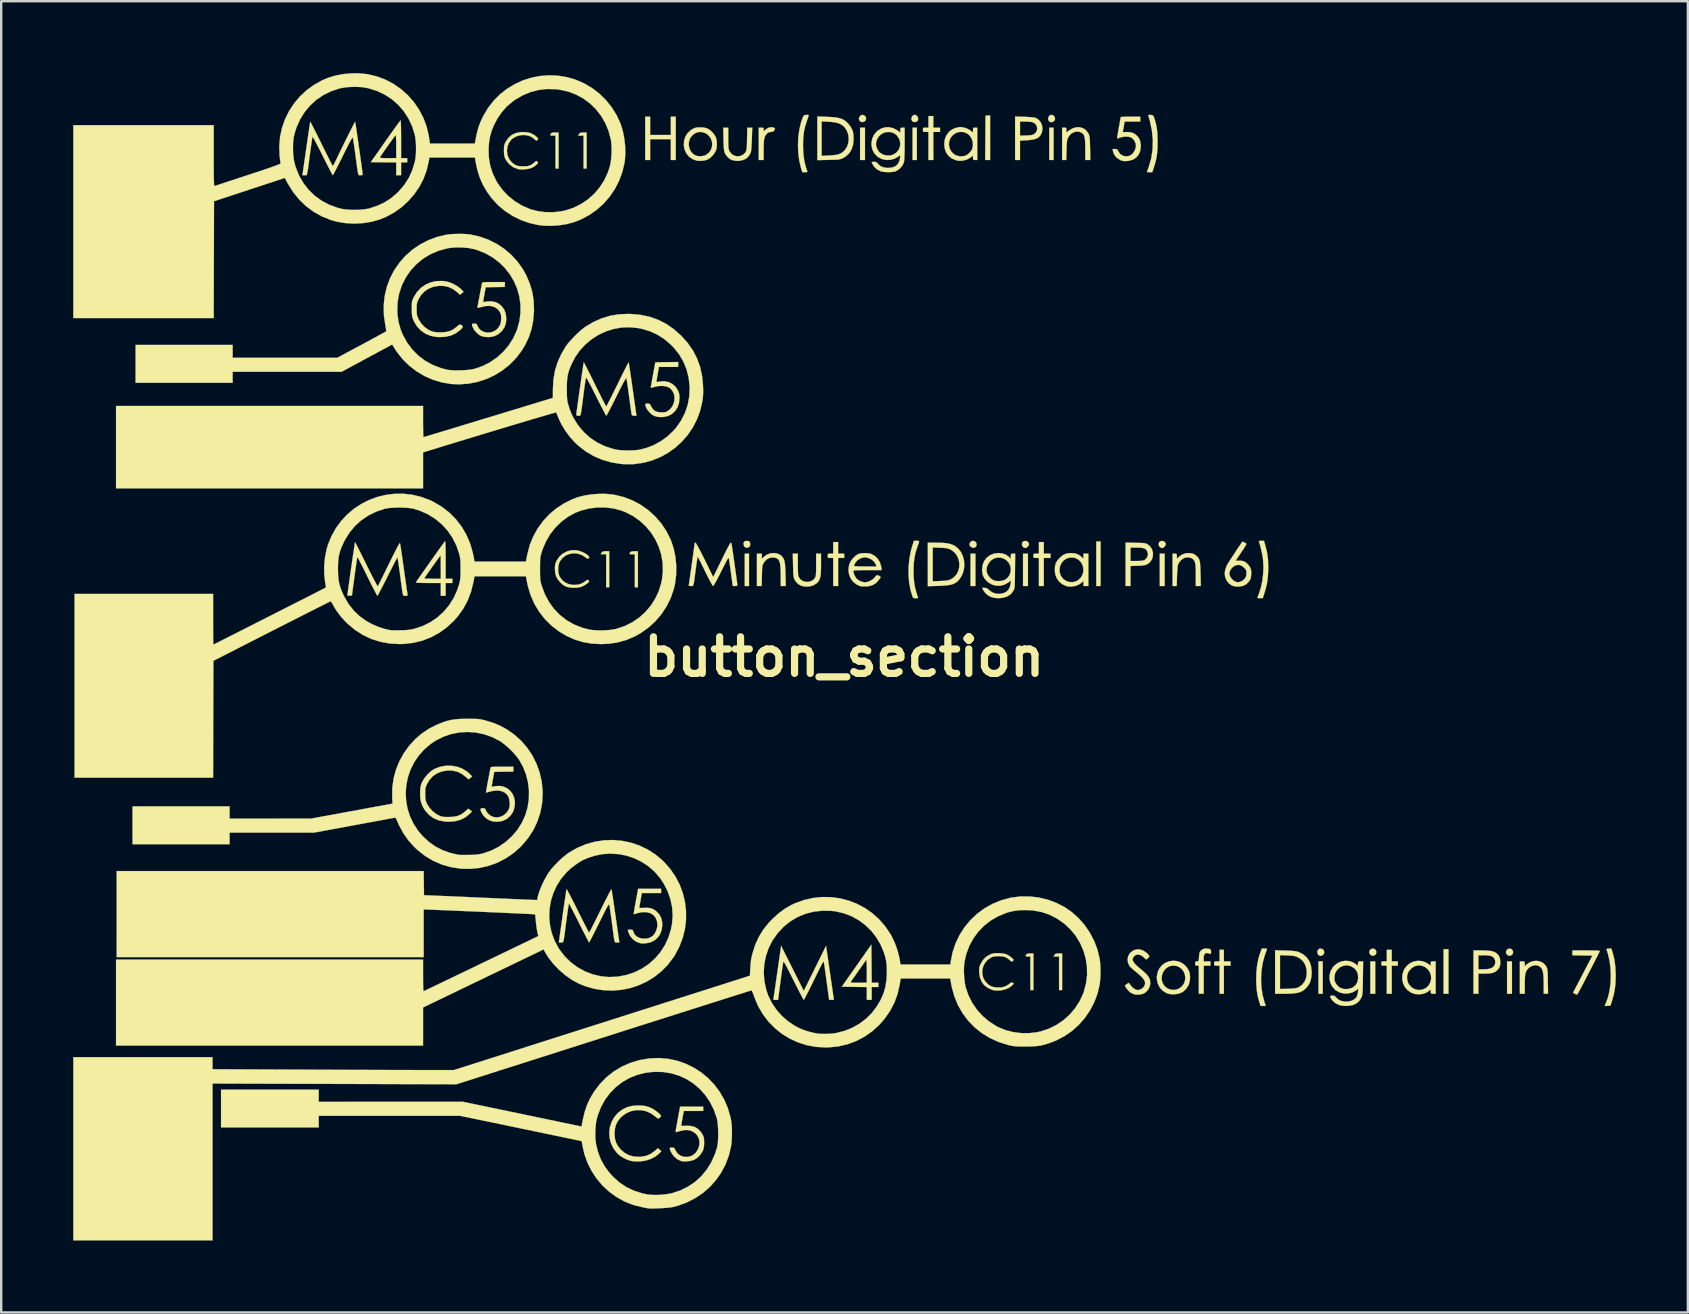
<source format=kicad_pcb>
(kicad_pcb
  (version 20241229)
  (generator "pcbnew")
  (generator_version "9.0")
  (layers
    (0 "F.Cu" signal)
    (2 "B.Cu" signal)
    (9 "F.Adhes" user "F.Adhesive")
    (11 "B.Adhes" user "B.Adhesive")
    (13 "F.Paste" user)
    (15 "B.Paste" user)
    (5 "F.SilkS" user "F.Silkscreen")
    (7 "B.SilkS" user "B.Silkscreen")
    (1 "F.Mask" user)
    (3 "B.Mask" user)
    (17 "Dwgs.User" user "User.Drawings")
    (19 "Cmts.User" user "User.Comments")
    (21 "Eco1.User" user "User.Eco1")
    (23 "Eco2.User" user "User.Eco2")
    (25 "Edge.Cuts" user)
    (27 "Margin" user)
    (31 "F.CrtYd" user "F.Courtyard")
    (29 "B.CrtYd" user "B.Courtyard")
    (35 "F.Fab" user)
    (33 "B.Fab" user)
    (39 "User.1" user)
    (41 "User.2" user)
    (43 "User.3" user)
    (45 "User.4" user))
  (footprint "button_section"
    (layer "F.Cu")
    (at 32.117 24.311)
    (property "Reference" "button_section" (at 0 0 0) (layer "F.SilkS") (effects (font (size 1.524 1.524) (thickness 0.3))))
    (attr through_hole)
    (fp_poly (pts (xy -3.966 -2.949) (xy -4.144 -2.949) (xy -4.144 -4.297) (xy -3.966 -4.297) (xy -3.966 -2.949)) (stroke (width 0.01) (type solid)) (fill yes) (layer "F.SilkS"))
    (fp_poly (pts (xy 0.864 -20.696) (xy 0.661 -20.696) (xy 0.661 -22.044) (xy 0.864 -22.044) (xy 0.864 -20.696)) (stroke (width 0.01) (type solid)) (fill yes) (layer "F.SilkS"))
    (fp_poly (pts (xy 3.026 -20.696) (xy 2.848 -20.696) (xy 2.848 -22.044) (xy 3.026 -22.044) (xy 3.026 -20.696)) (stroke (width 0.01) (type solid)) (fill yes) (layer "F.SilkS"))
    (fp_poly (pts (xy 5.466 -2.949) (xy 5.263 -2.949) (xy 5.263 -4.297) (xy 5.466 -4.297) (xy 5.466 -2.949)) (stroke (width 0.01) (type solid)) (fill yes) (layer "F.SilkS"))
    (fp_poly (pts (xy 7.653 -2.949) (xy 7.45 -2.949) (xy 7.45 -4.297) (xy 7.653 -4.297) (xy 7.653 -2.949)) (stroke (width 0.01) (type solid)) (fill yes) (layer "F.SilkS"))
    (fp_poly (pts (xy 8.721 -20.696) (xy 8.543 -20.696) (xy 8.543 -22.044) (xy 8.721 -22.044) (xy 8.721 -20.696)) (stroke (width 0.01) (type solid)) (fill yes) (layer "F.SilkS"))
    (fp_poly (pts (xy 10.679 -2.949) (xy 10.501 -2.949) (xy 10.501 -4.805) (xy 10.679 -4.805) (xy 10.679 -2.949)) (stroke (width 0.01) (type solid)) (fill yes) (layer "F.SilkS"))
    (fp_poly (pts (xy 13.348 -2.949) (xy 13.145 -2.949) (xy 13.145 -4.297) (xy 13.348 -4.297) (xy 13.348 -2.949)) (stroke (width 0.01) (type solid)) (fill yes) (layer "F.SilkS"))
    (fp_poly (pts (xy 19.934 14.035) (xy 19.756 14.035) (xy 19.756 12.687) (xy 19.934 12.687) (xy 19.934 14.035)) (stroke (width 0.01) (type solid)) (fill yes) (layer "F.SilkS"))
    (fp_poly (pts (xy 22.12 14.035) (xy 21.917 14.035) (xy 21.917 12.687) (xy 22.12 12.687) (xy 22.12 14.035)) (stroke (width 0.01) (type solid)) (fill yes) (layer "F.SilkS"))
    (fp_poly (pts (xy 25.171 14.035) (xy 24.968 14.035) (xy 24.968 12.179) (xy 25.171 12.179) (xy 25.171 14.035)) (stroke (width 0.01) (type solid)) (fill yes) (layer "F.SilkS"))
    (fp_poly (pts (xy 27.815 14.035) (xy 27.612 14.035) (xy 27.612 12.687) (xy 27.815 12.687) (xy 27.815 14.035)) (stroke (width 0.01) (type solid)) (fill yes) (layer "F.SilkS"))
    (fp_poly (pts (xy 6.077 -20.696) (xy 5.873 -20.696) (xy 5.879 -21.618) (xy 5.886 -22.54) (xy 5.981 -22.548) (xy 6.077 -22.555) (xy 6.077 -20.696)) (stroke (width 0.01) (type solid)) (fill yes) (layer "F.SilkS"))
    (fp_poly (pts (xy -10.73 -20.34) (xy -10.857 -20.34) (xy -10.857 -21.713) (xy -11.087 -21.713) (xy -11.045 -21.777) (xy -11.013 -21.815) (xy -10.97 -21.834) (xy -10.898 -21.84) (xy -10.866 -21.84) (xy -10.73 -21.84) (xy -10.73 -20.34)) (stroke (width 0.01) (type solid)) (fill yes) (layer "F.SilkS"))
    (fp_poly (pts (xy -9.789 -2.898) (xy -9.916 -2.898) (xy -9.916 -4.271) (xy -10.146 -4.271) (xy -10.104 -4.335) (xy -10.072 -4.373) (xy -10.029 -4.392) (xy -9.958 -4.398) (xy -9.926 -4.399) (xy -9.789 -4.399) (xy -9.789 -2.898)) (stroke (width 0.01) (type solid)) (fill yes) (layer "F.SilkS"))
    (fp_poly (pts (xy 9.077 13.882) (xy 8.95 13.882) (xy 8.95 12.484) (xy 8.72 12.484) (xy 8.761 12.42) (xy 8.794 12.382) (xy 8.837 12.363) (xy 8.908 12.357) (xy 8.94 12.357) (xy 9.077 12.357) (xy 9.077 13.882)) (stroke (width 0.01) (type solid)) (fill yes) (layer "F.SilkS"))
    (fp_poly (pts (xy -8.594 -2.898) (xy -8.721 -2.898) (xy -8.721 -4.271) (xy -8.835 -4.271) (xy -8.912 -4.275) (xy -8.943 -4.29) (xy -8.936 -4.323) (xy -8.914 -4.354) (xy -8.876 -4.382) (xy -8.81 -4.396) (xy -8.737 -4.399) (xy -8.594 -4.399) (xy -8.594 -2.898)) (stroke (width 0.01) (type solid)) (fill yes) (layer "F.SilkS"))
    (fp_poly (pts (xy -8.085 -21.739) (xy -7.221 -21.739) (xy -7.221 -22.502) (xy -7.017 -22.502) (xy -7.017 -20.696) (xy -7.221 -20.696) (xy -7.221 -21.561) (xy -8.085 -21.561) (xy -8.085 -20.696) (xy -8.289 -20.696) (xy -8.289 -22.502) (xy -8.085 -22.502) (xy -8.085 -21.739)) (stroke (width 0.01) (type solid)) (fill yes) (layer "F.SilkS"))
    (fp_poly (pts (xy 7.882 13.882) (xy 7.755 13.882) (xy 7.755 12.484) (xy 7.653 12.484) (xy 7.582 12.479) (xy 7.556 12.462) (xy 7.57 12.425) (xy 7.587 12.401) (xy 7.629 12.371) (xy 7.704 12.358) (xy 7.751 12.357) (xy 7.882 12.357) (xy 7.882 13.882)) (stroke (width 0.01) (type solid)) (fill yes) (layer "F.SilkS"))
    (fp_poly (pts (xy -11.899 -20.34) (xy -12.026 -20.34) (xy -12.026 -21.713) (xy -12.14 -21.713) (xy -12.209 -21.715) (xy -12.238 -21.724) (xy -12.237 -21.75) (xy -12.225 -21.777) (xy -12.203 -21.813) (xy -12.171 -21.832) (xy -12.112 -21.839) (xy -12.048 -21.84) (xy -11.899 -21.84) (xy -11.899 -20.34)) (stroke (width 0.01) (type solid)) (fill yes) (layer "F.SilkS"))
    (fp_poly (pts (xy 5.448 -4.808) (xy 5.499 -4.754) (xy 5.517 -4.68) (xy 5.497 -4.602) (xy 5.445 -4.553) (xy 5.373 -4.54) (xy 5.296 -4.567) (xy 5.28 -4.578) (xy 5.224 -4.64) (xy 5.218 -4.707) (xy 5.252 -4.774) (xy 5.311 -4.823) (xy 5.381 -4.833) (xy 5.448 -4.808)) (stroke (width 0.01) (type solid)) (fill yes) (layer "F.SilkS"))
    (fp_poly (pts (xy 3.006 -22.556) (xy 3.054 -22.502) (xy 3.079 -22.432) (xy 3.075 -22.362) (xy 3.037 -22.307) (xy 3.037 -22.306) (xy 2.96 -22.276) (xy 2.881 -22.284) (xy 2.837 -22.313) (xy 2.801 -22.379) (xy 2.802 -22.454) (xy 2.834 -22.522) (xy 2.892 -22.568) (xy 2.941 -22.578) (xy 3.006 -22.556)) (stroke (width 0.01) (type solid)) (fill yes) (layer "F.SilkS"))
    (fp_poly (pts (xy 8.703 -22.561) (xy 8.754 -22.508) (xy 8.768 -22.484) (xy 8.784 -22.41) (xy 8.762 -22.344) (xy 8.711 -22.295) (xy 8.645 -22.272) (xy 8.575 -22.282) (xy 8.532 -22.313) (xy 8.496 -22.378) (xy 8.497 -22.453) (xy 8.529 -22.521) (xy 8.584 -22.567) (xy 8.634 -22.577) (xy 8.703 -22.561)) (stroke (width 0.01) (type solid)) (fill yes) (layer "F.SilkS"))
    (fp_poly (pts (xy 19.921 12.171) (xy 19.977 12.226) (xy 19.986 12.247) (xy 19.995 12.326) (xy 19.968 12.392) (xy 19.915 12.439) (xy 19.849 12.457) (xy 19.781 12.44) (xy 19.747 12.412) (xy 19.711 12.343) (xy 19.71 12.268) (xy 19.739 12.202) (xy 19.792 12.161) (xy 19.832 12.153) (xy 19.921 12.171)) (stroke (width 0.01) (type solid)) (fill yes) (layer "F.SilkS"))
    (fp_poly (pts (xy 22.111 12.183) (xy 22.129 12.2) (xy 22.166 12.272) (xy 22.164 12.349) (xy 22.124 12.412) (xy 22.114 12.419) (xy 22.034 12.455) (xy 21.961 12.442) (xy 21.917 12.408) (xy 21.872 12.337) (xy 21.877 12.262) (xy 21.905 12.21) (xy 21.965 12.164) (xy 22.04 12.155) (xy 22.111 12.183)) (stroke (width 0.01) (type solid)) (fill yes) (layer "F.SilkS"))
    (fp_poly (pts (xy 27.806 12.183) (xy 27.824 12.2) (xy 27.861 12.272) (xy 27.859 12.349) (xy 27.819 12.412) (xy 27.81 12.419) (xy 27.729 12.455) (xy 27.656 12.442) (xy 27.612 12.408) (xy 27.567 12.337) (xy 27.572 12.262) (xy 27.601 12.21) (xy 27.66 12.164) (xy 27.735 12.155) (xy 27.806 12.183)) (stroke (width 0.01) (type solid)) (fill yes) (layer "F.SilkS"))
    (fp_poly (pts (xy -3.978 -4.819) (xy -3.946 -4.8) (xy -3.923 -4.75) (xy -3.917 -4.681) (xy -3.927 -4.615) (xy -3.947 -4.584) (xy -4.028 -4.544) (xy -4.108 -4.554) (xy -4.122 -4.56) (xy -4.169 -4.608) (xy -4.192 -4.681) (xy -4.188 -4.756) (xy -4.168 -4.794) (xy -4.119 -4.821) (xy -4.047 -4.83) (xy -3.978 -4.819)) (stroke (width 0.01) (type solid)) (fill yes) (layer "F.SilkS"))
    (fp_poly (pts (xy 0.833 -22.556) (xy 0.891 -22.502) (xy 0.915 -22.431) (xy 0.915 -22.428) (xy 0.895 -22.351) (xy 0.842 -22.298) (xy 0.772 -22.274) (xy 0.699 -22.285) (xy 0.652 -22.319) (xy 0.619 -22.378) (xy 0.61 -22.421) (xy 0.63 -22.485) (xy 0.679 -22.542) (xy 0.739 -22.575) (xy 0.757 -22.578) (xy 0.833 -22.556)) (stroke (width 0.01) (type solid)) (fill yes) (layer "F.SilkS"))
    (fp_poly (pts (xy 7.649 -4.792) (xy 7.664 -4.774) (xy 7.699 -4.708) (xy 7.692 -4.652) (xy 7.643 -4.59) (xy 7.641 -4.588) (xy 7.59 -4.542) (xy 7.55 -4.53) (xy 7.499 -4.547) (xy 7.475 -4.558) (xy 7.423 -4.61) (xy 7.402 -4.682) (xy 7.414 -4.756) (xy 7.437 -4.79) (xy 7.504 -4.826) (xy 7.582 -4.826) (xy 7.649 -4.792)) (stroke (width 0.01) (type solid)) (fill yes) (layer "F.SilkS"))
    (fp_poly (pts (xy 13.344 -4.792) (xy 13.36 -4.774) (xy 13.394 -4.708) (xy 13.388 -4.652) (xy 13.339 -4.59) (xy 13.337 -4.588) (xy 13.286 -4.542) (xy 13.246 -4.53) (xy 13.194 -4.547) (xy 13.17 -4.558) (xy 13.118 -4.61) (xy 13.097 -4.682) (xy 13.11 -4.756) (xy 13.133 -4.79) (xy 13.2 -4.826) (xy 13.277 -4.826) (xy 13.344 -4.792)) (stroke (width 0.01) (type solid)) (fill yes) (layer "F.SilkS"))
    (fp_poly (pts (xy -0.254 -4.297) (xy 0 -4.297) (xy 0 -4.119) (xy -0.254 -4.119) (xy -0.254 -2.949) (xy -0.458 -2.949) (xy -0.458 -4.119) (xy -0.572 -4.119) (xy -0.642 -4.121) (xy -0.676 -4.134) (xy -0.686 -4.168) (xy -0.686 -4.208) (xy -0.684 -4.263) (xy -0.667 -4.288) (xy -0.623 -4.296) (xy -0.572 -4.297) (xy -0.458 -4.297) (xy -0.458 -4.78) (xy -0.254 -4.78) (xy -0.254 -4.297)) (stroke (width 0.01) (type solid)) (fill yes) (layer "F.SilkS"))
    (fp_poly (pts (xy 3.712 -22.044) (xy 3.992 -22.044) (xy 3.992 -21.866) (xy 3.712 -21.866) (xy 3.712 -20.696) (xy 3.509 -20.696) (xy 3.509 -21.866) (xy 3.394 -21.866) (xy 3.324 -21.868) (xy 3.291 -21.881) (xy 3.281 -21.915) (xy 3.28 -21.955) (xy 3.282 -22.01) (xy 3.299 -22.035) (xy 3.343 -22.043) (xy 3.394 -22.044) (xy 3.509 -22.044) (xy 3.509 -22.527) (xy 3.712 -22.527) (xy 3.712 -22.044)) (stroke (width 0.01) (type solid)) (fill yes) (layer "F.SilkS"))
    (fp_poly (pts (xy 8.314 -4.297) (xy 8.594 -4.297) (xy 8.594 -4.119) (xy 8.314 -4.119) (xy 8.314 -2.949) (xy 8.111 -2.949) (xy 8.111 -4.119) (xy 7.996 -4.119) (xy 7.926 -4.121) (xy 7.893 -4.134) (xy 7.883 -4.168) (xy 7.882 -4.208) (xy 7.884 -4.263) (xy 7.901 -4.288) (xy 7.945 -4.296) (xy 7.996 -4.297) (xy 8.111 -4.297) (xy 8.111 -4.78) (xy 8.314 -4.78) (xy 8.314 -4.297)) (stroke (width 0.01) (type solid)) (fill yes) (layer "F.SilkS"))
    (fp_poly (pts (xy 15.815 12.687) (xy 16.094 12.687) (xy 16.094 12.865) (xy 15.815 12.865) (xy 15.815 14.035) (xy 15.637 14.035) (xy 15.637 12.865) (xy 15.522 12.865) (xy 15.452 12.863) (xy 15.419 12.85) (xy 15.409 12.816) (xy 15.408 12.776) (xy 15.41 12.722) (xy 15.427 12.696) (xy 15.471 12.688) (xy 15.522 12.687) (xy 15.637 12.687) (xy 15.637 12.204) (xy 15.815 12.204) (xy 15.815 12.687)) (stroke (width 0.01) (type solid)) (fill yes) (layer "F.SilkS"))
    (fp_poly (pts (xy 22.807 12.687) (xy 23.061 12.687) (xy 23.061 12.865) (xy 22.807 12.865) (xy 22.807 14.035) (xy 22.603 14.035) (xy 22.603 12.865) (xy 22.489 12.865) (xy 22.418 12.863) (xy 22.385 12.85) (xy 22.375 12.816) (xy 22.374 12.776) (xy 22.377 12.722) (xy 22.393 12.696) (xy 22.438 12.688) (xy 22.489 12.687) (xy 22.603 12.687) (xy 22.603 12.204) (xy 22.807 12.204) (xy 22.807 12.687)) (stroke (width 0.01) (type solid)) (fill yes) (layer "F.SilkS"))
    (fp_poly (pts (xy 17.58 12.156) (xy 17.609 12.166) (xy 17.609 12.19) (xy 17.605 12.198) (xy 17.588 12.242) (xy 17.56 12.319) (xy 17.526 12.416) (xy 17.515 12.446) (xy 17.433 12.745) (xy 17.383 13.069) (xy 17.364 13.406) (xy 17.378 13.744) (xy 17.423 14.068) (xy 17.5 14.366) (xy 17.502 14.37) (xy 17.56 14.543) (xy 17.344 14.543) (xy 17.293 14.384) (xy 17.229 14.152) (xy 17.188 13.906) (xy 17.166 13.634) (xy 17.162 13.428) (xy 17.172 13.106) (xy 17.204 12.819) (xy 17.26 12.553) (xy 17.341 12.296) (xy 17.345 12.287) (xy 17.395 12.153) (xy 17.51 12.153) (xy 17.58 12.156)) (stroke (width 0.01) (type solid)) (fill yes) (layer "F.SilkS"))
    (fp_poly (pts (xy 32.008 12.312) (xy 32.08 12.594) (xy 32.123 12.916) (xy 32.138 13.278) (xy 32.138 13.285) (xy 32.129 13.575) (xy 32.102 13.834) (xy 32.054 14.08) (xy 31.99 14.308) (xy 31.92 14.531) (xy 31.68 14.546) (xy 31.733 14.411) (xy 31.772 14.308) (xy 31.81 14.199) (xy 31.824 14.154) (xy 31.886 13.886) (xy 31.923 13.589) (xy 31.934 13.275) (xy 31.92 12.961) (xy 31.881 12.658) (xy 31.817 12.383) (xy 31.808 12.354) (xy 31.782 12.269) (xy 31.764 12.203) (xy 31.757 12.172) (xy 31.779 12.16) (xy 31.835 12.154) (xy 31.856 12.153) (xy 31.956 12.153) (xy 32.008 12.312)) (stroke (width 0.01) (type solid)) (fill yes) (layer "F.SilkS"))
    (fp_poly (pts (xy -2.989 -22.058) (xy -2.914 -22.037) (xy -2.885 -22.005) (xy -2.898 -21.955) (xy -2.913 -21.93) (xy -2.957 -21.884) (xy -3.021 -21.867) (xy -3.052 -21.866) (xy -3.138 -21.852) (xy -3.211 -21.804) (xy -3.222 -21.793) (xy -3.268 -21.738) (xy -3.303 -21.675) (xy -3.328 -21.594) (xy -3.344 -21.489) (xy -3.353 -21.352) (xy -3.356 -21.174) (xy -3.356 -21.107) (xy -3.356 -20.696) (xy -3.56 -20.696) (xy -3.56 -22.044) (xy -3.458 -22.044) (xy -3.393 -22.041) (xy -3.364 -22.025) (xy -3.356 -21.984) (xy -3.356 -21.967) (xy -3.356 -21.889) (xy -3.288 -21.953) (xy -3.173 -22.033) (xy -3.055 -22.063) (xy -2.989 -22.058)) (stroke (width 0.01) (type solid)) (fill yes) (layer "F.SilkS"))
    (fp_poly (pts (xy 31.106 12.231) (xy 31.266 12.234) (xy 31.383 12.239) (xy 31.454 12.247) (xy 31.477 12.255) (xy 31.465 12.282) (xy 31.433 12.347) (xy 31.384 12.446) (xy 31.32 12.572) (xy 31.245 12.719) (xy 31.161 12.882) (xy 31.072 13.054) (xy 30.981 13.23) (xy 30.891 13.404) (xy 30.805 13.569) (xy 30.726 13.72) (xy 30.657 13.851) (xy 30.601 13.955) (xy 30.561 14.028) (xy 30.54 14.063) (xy 30.539 14.065) (xy 30.509 14.065) (xy 30.454 14.045) (xy 30.441 14.039) (xy 30.359 13.996) (xy 30.763 13.221) (xy 31.167 12.446) (xy 30.333 12.432) (xy 30.333 12.23) (xy 30.905 12.23) (xy 31.106 12.231)) (stroke (width 0.01) (type solid)) (fill yes) (layer "F.SilkS"))
    (fp_poly (pts (xy -1.496 -22.575) (xy -1.483 -22.559) (xy -1.487 -22.522) (xy -1.509 -22.454) (xy -1.547 -22.348) (xy -1.56 -22.311) (xy -1.628 -22.098) (xy -1.674 -21.891) (xy -1.702 -21.671) (xy -1.714 -21.425) (xy -1.715 -21.319) (xy -1.703 -20.98) (xy -1.666 -20.68) (xy -1.603 -20.413) (xy -1.538 -20.232) (xy -1.534 -20.205) (xy -1.557 -20.192) (xy -1.618 -20.188) (xy -1.633 -20.188) (xy -1.746 -20.188) (xy -1.802 -20.372) (xy -1.873 -20.67) (xy -1.915 -20.993) (xy -1.927 -21.327) (xy -1.911 -21.66) (xy -1.866 -21.981) (xy -1.793 -22.278) (xy -1.746 -22.415) (xy -1.713 -22.496) (xy -1.686 -22.542) (xy -1.652 -22.563) (xy -1.6 -22.571) (xy -1.578 -22.573) (xy -1.528 -22.577) (xy -1.496 -22.575)) (stroke (width 0.01) (type solid)) (fill yes) (layer "F.SilkS"))
    (fp_poly (pts (xy 12.75 -22.574) (xy 12.764 -22.573) (xy 12.828 -22.566) (xy 12.865 -22.548) (xy 12.891 -22.507) (xy 12.918 -22.433) (xy 12.972 -22.255) (xy 13.011 -22.081) (xy 13.037 -21.897) (xy 13.05 -21.69) (xy 13.054 -21.446) (xy 13.05 -21.209) (xy 13.037 -21.007) (xy 13.013 -20.825) (xy 12.976 -20.648) (xy 12.922 -20.46) (xy 12.898 -20.385) (xy 12.833 -20.188) (xy 12.722 -20.188) (xy 12.655 -20.189) (xy 12.615 -20.193) (xy 12.611 -20.196) (xy 12.619 -20.221) (xy 12.641 -20.283) (xy 12.672 -20.37) (xy 12.686 -20.408) (xy 12.79 -20.766) (xy 12.846 -21.14) (xy 12.856 -21.527) (xy 12.818 -21.922) (xy 12.734 -22.323) (xy 12.67 -22.535) (xy 12.667 -22.563) (xy 12.69 -22.575) (xy 12.75 -22.574)) (stroke (width 0.01) (type solid)) (fill yes) (layer "F.SilkS"))
    (fp_poly (pts (xy 3.104 -4.827) (xy 3.118 -4.81) (xy 3.113 -4.771) (xy 3.092 -4.703) (xy 3.054 -4.597) (xy 3.042 -4.564) (xy 2.972 -4.341) (xy 2.925 -4.121) (xy 2.897 -3.887) (xy 2.888 -3.623) (xy 2.888 -3.585) (xy 2.894 -3.328) (xy 2.913 -3.106) (xy 2.947 -2.904) (xy 2.998 -2.707) (xy 3.016 -2.65) (xy 3.045 -2.56) (xy 3.066 -2.491) (xy 3.076 -2.455) (xy 3.076 -2.453) (xy 3.054 -2.445) (xy 2.997 -2.441) (xy 2.974 -2.441) (xy 2.905 -2.446) (xy 2.867 -2.468) (xy 2.845 -2.511) (xy 2.76 -2.787) (xy 2.705 -3.093) (xy 2.679 -3.421) (xy 2.683 -3.757) (xy 2.716 -4.094) (xy 2.779 -4.419) (xy 2.84 -4.634) (xy 2.905 -4.831) (xy 3.019 -4.831) (xy 3.071 -4.831) (xy 3.104 -4.827)) (stroke (width 0.01) (type solid)) (fill yes) (layer "F.SilkS"))
    (fp_poly (pts (xy 17.541 -4.646) (xy 17.613 -4.351) (xy 17.654 -4.043) (xy 17.665 -3.709) (xy 17.662 -3.585) (xy 17.649 -3.358) (xy 17.628 -3.163) (xy 17.595 -2.982) (xy 17.548 -2.796) (xy 17.503 -2.651) (xy 17.436 -2.441) (xy 17.324 -2.441) (xy 17.257 -2.444) (xy 17.218 -2.453) (xy 17.213 -2.458) (xy 17.222 -2.488) (xy 17.245 -2.552) (xy 17.277 -2.636) (xy 17.278 -2.638) (xy 17.357 -2.88) (xy 17.415 -3.154) (xy 17.451 -3.446) (xy 17.464 -3.739) (xy 17.45 -4.019) (xy 17.444 -4.076) (xy 17.423 -4.209) (xy 17.394 -4.358) (xy 17.36 -4.508) (xy 17.325 -4.644) (xy 17.291 -4.751) (xy 17.278 -4.786) (xy 17.272 -4.814) (xy 17.295 -4.827) (xy 17.356 -4.831) (xy 17.372 -4.831) (xy 17.485 -4.831) (xy 17.541 -4.646)) (stroke (width 0.01) (type solid)) (fill yes) (layer "F.SilkS"))
    (fp_poly (pts (xy 1.138 12.783) (xy 1.145 13.577) (xy 1.424 13.577) (xy 1.424 13.755) (xy 1.144 13.755) (xy 1.144 14.289) (xy 0.941 14.289) (xy 0.941 13.756) (xy -0.101 13.742) (xy 0.037 13.545) (xy 0.27 13.545) (xy 0.273 13.559) (xy 0.304 13.568) (xy 0.37 13.574) (xy 0.475 13.577) (xy 0.596 13.577) (xy 0.941 13.577) (xy 0.941 13.089) (xy 0.94 12.928) (xy 0.936 12.795) (xy 0.932 12.697) (xy 0.925 12.639) (xy 0.918 12.625) (xy 0.898 12.652) (xy 0.854 12.713) (xy 0.791 12.8) (xy 0.715 12.907) (xy 0.632 13.025) (xy 0.546 13.147) (xy 0.464 13.265) (xy 0.389 13.371) (xy 0.328 13.459) (xy 0.286 13.52) (xy 0.27 13.545) (xy 0.037 13.545) (xy 0.515 12.865) (xy 1.131 11.988) (xy 1.138 12.783)) (stroke (width 0.01) (type solid)) (fill yes) (layer "F.SilkS"))
    (fp_poly (pts (xy 15.166 12.158) (xy 15.233 12.173) (xy 15.267 12.204) (xy 15.28 12.257) (xy 15.281 12.286) (xy 15.277 12.35) (xy 15.264 12.374) (xy 15.236 12.37) (xy 15.126 12.34) (xy 15.049 12.347) (xy 15.001 12.395) (xy 14.978 12.486) (xy 14.976 12.549) (xy 14.976 12.687) (xy 15.255 12.687) (xy 15.255 12.865) (xy 14.976 12.865) (xy 14.976 14.035) (xy 14.772 14.035) (xy 14.772 12.865) (xy 14.696 12.865) (xy 14.645 12.86) (xy 14.624 12.835) (xy 14.62 12.776) (xy 14.624 12.716) (xy 14.645 12.692) (xy 14.692 12.687) (xy 14.729 12.685) (xy 14.751 12.673) (xy 14.765 12.639) (xy 14.774 12.573) (xy 14.781 12.49) (xy 14.791 12.387) (xy 14.805 12.32) (xy 14.828 12.273) (xy 14.864 12.232) (xy 14.874 12.223) (xy 14.949 12.172) (xy 15.035 12.154) (xy 15.059 12.154) (xy 15.166 12.158)) (stroke (width 0.01) (type solid)) (fill yes) (layer "F.SilkS"))
    (fp_poly (pts (xy -2.803 -4.307) (xy -2.678 -4.255) (xy -2.601 -4.192) (xy -2.555 -4.136) (xy -2.52 -4.076) (xy -2.494 -4.005) (xy -2.475 -3.913) (xy -2.462 -3.795) (xy -2.453 -3.641) (xy -2.446 -3.444) (xy -2.446 -3.439) (xy -2.434 -2.949) (xy -2.644 -2.949) (xy -2.644 -3.37) (xy -2.647 -3.588) (xy -2.657 -3.761) (xy -2.675 -3.893) (xy -2.705 -3.991) (xy -2.748 -4.059) (xy -2.806 -4.103) (xy -2.881 -4.129) (xy -2.946 -4.138) (xy -3.087 -4.128) (xy -3.212 -4.071) (xy -3.317 -3.969) (xy -3.352 -3.916) (xy -3.377 -3.871) (xy -3.395 -3.828) (xy -3.408 -3.779) (xy -3.416 -3.712) (xy -3.422 -3.621) (xy -3.426 -3.494) (xy -3.429 -3.375) (xy -3.438 -2.949) (xy -3.636 -2.949) (xy -3.636 -4.297) (xy -3.432 -4.297) (xy -3.432 -4.084) (xy -3.35 -4.163) (xy -3.228 -4.252) (xy -3.089 -4.305) (xy -2.944 -4.324) (xy -2.803 -4.307)) (stroke (width 0.01) (type solid)) (fill yes) (layer "F.SilkS"))
    (fp_poly (pts (xy 7.507 -22.495) (xy 7.648 -22.489) (xy 7.778 -22.48) (xy 7.883 -22.469) (xy 7.954 -22.457) (xy 7.971 -22.452) (xy 8.092 -22.379) (xy 8.183 -22.272) (xy 8.24 -22.142) (xy 8.259 -22) (xy 8.236 -21.856) (xy 8.215 -21.802) (xy 8.162 -21.708) (xy 8.093 -21.637) (xy 8.002 -21.586) (xy 7.881 -21.551) (xy 7.723 -21.528) (xy 7.604 -21.519) (xy 7.323 -21.502) (xy 7.323 -20.696) (xy 7.119 -20.696) (xy 7.119 -22.298) (xy 7.323 -22.298) (xy 7.323 -21.713) (xy 7.545 -21.715) (xy 7.658 -21.719) (xy 7.763 -21.729) (xy 7.84 -21.742) (xy 7.854 -21.747) (xy 7.951 -21.803) (xy 8.013 -21.886) (xy 8.039 -21.982) (xy 8.03 -22.082) (xy 7.985 -22.173) (xy 7.903 -22.245) (xy 7.868 -22.262) (xy 7.79 -22.282) (xy 7.674 -22.294) (xy 7.552 -22.298) (xy 7.323 -22.298) (xy 7.119 -22.298) (xy 7.119 -22.508) (xy 7.507 -22.495)) (stroke (width 0.01) (type solid)) (fill yes) (layer "F.SilkS"))
    (fp_poly (pts (xy 26.538 12.23) (xy 26.728 12.234) (xy 26.877 12.245) (xy 26.993 12.264) (xy 27.083 12.294) (xy 27.159 12.336) (xy 27.176 12.349) (xy 27.263 12.441) (xy 27.314 12.559) (xy 27.332 12.712) (xy 27.332 12.726) (xy 27.318 12.866) (xy 27.271 12.977) (xy 27.186 13.073) (xy 27.18 13.077) (xy 27.105 13.129) (xy 27.016 13.164) (xy 26.903 13.185) (xy 26.756 13.195) (xy 26.665 13.196) (xy 26.417 13.196) (xy 26.417 14.035) (xy 26.214 14.035) (xy 26.214 12.433) (xy 26.417 12.433) (xy 26.417 13.018) (xy 26.601 13.017) (xy 26.711 13.014) (xy 26.815 13.005) (xy 26.887 12.993) (xy 27.001 12.945) (xy 27.08 12.868) (xy 27.12 12.769) (xy 27.118 12.659) (xy 27.09 12.585) (xy 27.045 12.52) (xy 26.981 12.475) (xy 26.891 12.448) (xy 26.765 12.435) (xy 26.66 12.433) (xy 26.417 12.433) (xy 26.214 12.433) (xy 26.214 12.23) (xy 26.538 12.23)) (stroke (width 0.01) (type solid)) (fill yes) (layer "F.SilkS"))
    (fp_poly (pts (xy 12.136 -4.75) (xy 12.291 -4.747) (xy 12.404 -4.743) (xy 12.484 -4.737) (xy 12.542 -4.727) (xy 12.586 -4.713) (xy 12.624 -4.693) (xy 12.659 -4.67) (xy 12.763 -4.574) (xy 12.831 -4.454) (xy 12.862 -4.322) (xy 12.857 -4.186) (xy 12.816 -4.057) (xy 12.74 -3.946) (xy 12.637 -3.866) (xy 12.579 -3.838) (xy 12.52 -3.819) (xy 12.445 -3.806) (xy 12.343 -3.798) (xy 12.224 -3.793) (xy 11.925 -3.782) (xy 11.925 -2.949) (xy 11.721 -2.949) (xy 11.721 -3.992) (xy 11.925 -3.992) (xy 12.18 -3.992) (xy 12.336 -3.996) (xy 12.446 -4.009) (xy 12.507 -4.029) (xy 12.565 -4.076) (xy 12.616 -4.146) (xy 12.623 -4.16) (xy 12.651 -4.233) (xy 12.652 -4.298) (xy 12.638 -4.353) (xy 12.604 -4.432) (xy 12.553 -4.488) (xy 12.476 -4.524) (xy 12.366 -4.544) (xy 12.215 -4.551) (xy 12.185 -4.551) (xy 11.925 -4.551) (xy 11.925 -3.992) (xy 11.721 -3.992) (xy 11.721 -4.759) (xy 12.136 -4.75)) (stroke (width 0.01) (type solid)) (fill yes) (layer "F.SilkS"))
    (fp_poly (pts (xy 9.951 -22.02) (xy 10.068 -21.941) (xy 10.159 -21.823) (xy 10.173 -21.798) (xy 10.194 -21.751) (xy 10.209 -21.704) (xy 10.221 -21.648) (xy 10.229 -21.573) (xy 10.234 -21.473) (xy 10.239 -21.338) (xy 10.242 -21.186) (xy 10.252 -20.696) (xy 10.043 -20.696) (xy 10.043 -21.141) (xy 10.041 -21.34) (xy 10.034 -21.495) (xy 10.02 -21.613) (xy 9.999 -21.699) (xy 9.969 -21.762) (xy 9.928 -21.807) (xy 9.905 -21.824) (xy 9.785 -21.874) (xy 9.656 -21.878) (xy 9.571 -21.854) (xy 9.464 -21.798) (xy 9.387 -21.726) (xy 9.324 -21.624) (xy 9.303 -21.579) (xy 9.288 -21.527) (xy 9.277 -21.46) (xy 9.269 -21.367) (xy 9.264 -21.241) (xy 9.26 -21.109) (xy 9.249 -20.696) (xy 9.077 -20.696) (xy 9.077 -22.044) (xy 9.166 -22.044) (xy 9.223 -22.041) (xy 9.248 -22.022) (xy 9.255 -21.972) (xy 9.255 -21.942) (xy 9.255 -21.841) (xy 9.37 -21.929) (xy 9.517 -22.015) (xy 9.667 -22.058) (xy 9.814 -22.06) (xy 9.951 -22.02)) (stroke (width 0.01) (type solid)) (fill yes) (layer "F.SilkS"))
    (fp_poly (pts (xy 28.976 12.686) (xy 29.103 12.745) (xy 29.205 12.841) (xy 29.239 12.892) (xy 29.261 12.933) (xy 29.277 12.972) (xy 29.289 13.019) (xy 29.297 13.08) (xy 29.303 13.165) (xy 29.307 13.281) (xy 29.31 13.436) (xy 29.311 13.52) (xy 29.319 14.035) (xy 29.138 14.035) (xy 29.138 13.657) (xy 29.135 13.448) (xy 29.127 13.282) (xy 29.111 13.155) (xy 29.088 13.058) (xy 29.056 12.986) (xy 29.018 12.937) (xy 28.922 12.87) (xy 28.809 12.845) (xy 28.688 12.861) (xy 28.57 12.916) (xy 28.494 12.98) (xy 28.443 13.04) (xy 28.405 13.106) (xy 28.379 13.186) (xy 28.362 13.289) (xy 28.353 13.423) (xy 28.349 13.597) (xy 28.349 13.65) (xy 28.349 14.035) (xy 28.146 14.035) (xy 28.146 12.687) (xy 28.248 12.687) (xy 28.313 12.69) (xy 28.342 12.707) (xy 28.349 12.753) (xy 28.349 12.788) (xy 28.349 12.888) (xy 28.419 12.822) (xy 28.548 12.73) (xy 28.69 12.678) (xy 28.836 12.663) (xy 28.976 12.686)) (stroke (width 0.01) (type solid)) (fill yes) (layer "F.SilkS"))
    (fp_poly (pts (xy -1.932 -3.849) (xy -1.931 -3.676) (xy -1.928 -3.546) (xy -1.922 -3.451) (xy -1.913 -3.383) (xy -1.899 -3.334) (xy -1.891 -3.316) (xy -1.82 -3.22) (xy -1.721 -3.155) (xy -1.604 -3.123) (xy -1.482 -3.124) (xy -1.366 -3.159) (xy -1.267 -3.227) (xy -1.219 -3.287) (xy -1.202 -3.321) (xy -1.189 -3.361) (xy -1.18 -3.415) (xy -1.174 -3.491) (xy -1.171 -3.598) (xy -1.17 -3.743) (xy -1.17 -3.833) (xy -1.17 -4.297) (xy -0.966 -4.297) (xy -0.966 -3.857) (xy -0.968 -3.651) (xy -0.975 -3.489) (xy -0.989 -3.363) (xy -1.011 -3.265) (xy -1.044 -3.188) (xy -1.088 -3.124) (xy -1.142 -3.068) (xy -1.272 -2.984) (xy -1.426 -2.935) (xy -1.593 -2.923) (xy -1.759 -2.951) (xy -1.789 -2.961) (xy -1.917 -3.03) (xy -2.02 -3.139) (xy -2.067 -3.216) (xy -2.086 -3.257) (xy -2.101 -3.302) (xy -2.111 -3.359) (xy -2.119 -3.438) (xy -2.124 -3.545) (xy -2.128 -3.69) (xy -2.131 -3.807) (xy -2.141 -4.297) (xy -1.932 -4.297) (xy -1.932 -3.849)) (stroke (width 0.01) (type solid)) (fill yes) (layer "F.SilkS"))
    (fp_poly (pts (xy 14.489 -4.309) (xy 14.597 -4.265) (xy 14.696 -4.183) (xy 14.701 -4.178) (xy 14.743 -4.13) (xy 14.775 -4.08) (xy 14.799 -4.02) (xy 14.816 -3.943) (xy 14.827 -3.842) (xy 14.835 -3.708) (xy 14.841 -3.534) (xy 14.843 -3.452) (xy 14.854 -2.949) (xy 14.645 -2.949) (xy 14.645 -3.408) (xy 14.644 -3.598) (xy 14.639 -3.744) (xy 14.629 -3.855) (xy 14.612 -3.937) (xy 14.587 -3.998) (xy 14.552 -4.046) (xy 14.506 -4.088) (xy 14.505 -4.089) (xy 14.417 -4.131) (xy 14.307 -4.145) (xy 14.197 -4.13) (xy 14.142 -4.108) (xy 14.045 -4.039) (xy 13.96 -3.945) (xy 13.906 -3.852) (xy 13.895 -3.801) (xy 13.885 -3.71) (xy 13.875 -3.589) (xy 13.867 -3.449) (xy 13.863 -3.363) (xy 13.85 -2.949) (xy 13.679 -2.949) (xy 13.679 -4.297) (xy 13.768 -4.297) (xy 13.824 -4.294) (xy 13.849 -4.276) (xy 13.857 -4.229) (xy 13.857 -4.19) (xy 13.857 -4.084) (xy 13.939 -4.163) (xy 14.071 -4.259) (xy 14.224 -4.311) (xy 14.353 -4.322) (xy 14.489 -4.309)) (stroke (width 0.01) (type solid)) (fill yes) (layer "F.SilkS"))
    (fp_poly (pts (xy 3.846 -4.754) (xy 4.06 -4.75) (xy 4.233 -4.736) (xy 4.375 -4.712) (xy 4.494 -4.675) (xy 4.6 -4.625) (xy 4.61 -4.619) (xy 4.752 -4.508) (xy 4.864 -4.363) (xy 4.944 -4.193) (xy 4.991 -4.006) (xy 5.004 -3.811) (xy 4.981 -3.617) (xy 4.921 -3.431) (xy 4.843 -3.293) (xy 4.767 -3.193) (xy 4.686 -3.115) (xy 4.593 -3.057) (xy 4.481 -3.014) (xy 4.341 -2.985) (xy 4.167 -2.967) (xy 3.951 -2.956) (xy 3.922 -2.955) (xy 3.483 -2.943) (xy 3.483 -3.147) (xy 3.687 -3.147) (xy 3.998 -3.158) (xy 4.15 -3.165) (xy 4.262 -3.176) (xy 4.347 -3.193) (xy 4.415 -3.216) (xy 4.424 -3.22) (xy 4.567 -3.31) (xy 4.676 -3.429) (xy 4.75 -3.57) (xy 4.79 -3.725) (xy 4.797 -3.886) (xy 4.769 -4.045) (xy 4.708 -4.195) (xy 4.614 -4.328) (xy 4.486 -4.436) (xy 4.399 -4.484) (xy 4.327 -4.509) (xy 4.239 -4.527) (xy 4.122 -4.539) (xy 3.985 -4.546) (xy 3.687 -4.557) (xy 3.687 -3.147) (xy 3.483 -3.147) (xy 3.483 -4.755) (xy 3.846 -4.754)) (stroke (width 0.01) (type solid)) (fill yes) (layer "F.SilkS"))
    (fp_poly (pts (xy -18.473 -22.324) (xy -18.469 -22.255) (xy -18.465 -22.147) (xy -18.462 -22.007) (xy -18.46 -21.841) (xy -18.459 -21.654) (xy -18.459 -21.561) (xy -18.459 -20.773) (xy -18.205 -20.773) (xy -18.205 -20.595) (xy -18.459 -20.595) (xy -18.459 -20.061) (xy -18.662 -20.061) (xy -18.662 -20.594) (xy -19.72 -20.607) (xy -19.584 -20.8) (xy -19.344 -20.8) (xy -19.327 -20.788) (xy -19.265 -20.779) (xy -19.157 -20.774) (xy -19.008 -20.773) (xy -18.662 -20.773) (xy -18.662 -21.256) (xy -18.663 -21.406) (xy -18.666 -21.537) (xy -18.67 -21.641) (xy -18.675 -21.711) (xy -18.681 -21.737) (xy -18.681 -21.737) (xy -18.7 -21.717) (xy -18.742 -21.663) (xy -18.803 -21.58) (xy -18.878 -21.478) (xy -18.96 -21.363) (xy -19.046 -21.241) (xy -19.129 -21.122) (xy -19.206 -21.011) (xy -19.27 -20.917) (xy -19.317 -20.845) (xy -19.342 -20.805) (xy -19.344 -20.8) (xy -19.584 -20.8) (xy -19.108 -21.478) (xy -18.977 -21.664) (xy -18.855 -21.836) (xy -18.744 -21.991) (xy -18.649 -22.123) (xy -18.572 -22.229) (xy -18.515 -22.303) (xy -18.484 -22.343) (xy -18.478 -22.348) (xy -18.473 -22.324)) (stroke (width 0.01) (type solid)) (fill yes) (layer "F.SilkS"))
    (fp_poly (pts (xy 18.376 12.235) (xy 18.546 12.241) (xy 18.674 12.249) (xy 18.771 12.259) (xy 18.846 12.272) (xy 18.91 12.29) (xy 18.937 12.3) (xy 19.124 12.397) (xy 19.271 12.525) (xy 19.378 12.685) (xy 19.445 12.876) (xy 19.472 13.097) (xy 19.471 13.205) (xy 19.453 13.386) (xy 19.415 13.533) (xy 19.351 13.66) (xy 19.258 13.779) (xy 19.173 13.861) (xy 19.081 13.925) (xy 18.974 13.972) (xy 18.844 14.004) (xy 18.684 14.024) (xy 18.486 14.033) (xy 18.33 14.035) (xy 17.95 14.035) (xy 17.95 13.837) (xy 18.154 13.837) (xy 18.491 13.827) (xy 18.645 13.82) (xy 18.758 13.811) (xy 18.839 13.797) (xy 18.898 13.779) (xy 18.917 13.77) (xy 19.066 13.667) (xy 19.175 13.533) (xy 19.243 13.371) (xy 19.266 13.231) (xy 19.262 13.031) (xy 19.215 12.853) (xy 19.128 12.701) (xy 19.003 12.58) (xy 18.904 12.521) (xy 18.835 12.49) (xy 18.768 12.468) (xy 18.691 12.454) (xy 18.589 12.445) (xy 18.457 12.439) (xy 18.154 12.426) (xy 18.154 13.837) (xy 17.95 13.837) (xy 17.95 12.223) (xy 18.376 12.235)) (stroke (width 0.01) (type solid)) (fill yes) (layer "F.SilkS"))
    (fp_poly (pts (xy -4.831 -21.604) (xy -4.83 -21.442) (xy -4.828 -21.322) (xy -4.824 -21.235) (xy -4.816 -21.171) (xy -4.804 -21.122) (xy -4.786 -21.078) (xy -4.774 -21.053) (xy -4.695 -20.95) (xy -4.592 -20.882) (xy -4.474 -20.851) (xy -4.353 -20.857) (xy -4.239 -20.899) (xy -4.142 -20.979) (xy -4.106 -21.03) (xy -4.088 -21.066) (xy -4.074 -21.109) (xy -4.064 -21.167) (xy -4.057 -21.248) (xy -4.052 -21.361) (xy -4.048 -21.513) (xy -4.047 -21.58) (xy -4.038 -22.044) (xy -3.832 -22.044) (xy -3.847 -21.58) (xy -3.853 -21.424) (xy -3.861 -21.28) (xy -3.871 -21.157) (xy -3.881 -21.066) (xy -3.889 -21.021) (xy -3.952 -20.892) (xy -4.052 -20.782) (xy -4.141 -20.724) (xy -4.228 -20.692) (xy -4.334 -20.668) (xy -4.435 -20.657) (xy -4.5 -20.66) (xy -4.55 -20.669) (xy -4.622 -20.681) (xy -4.634 -20.683) (xy -4.741 -20.723) (xy -4.844 -20.802) (xy -4.93 -20.908) (xy -4.967 -20.976) (xy -4.986 -21.024) (xy -5 -21.078) (xy -5.01 -21.148) (xy -5.018 -21.24) (xy -5.024 -21.365) (xy -5.029 -21.531) (xy -5.029 -21.567) (xy -5.04 -22.044) (xy -4.831 -22.044) (xy -4.831 -21.604)) (stroke (width 0.01) (type solid)) (fill yes) (layer "F.SilkS"))
    (fp_poly (pts (xy -0.718 -22.494) (xy -0.513 -22.484) (xy -0.349 -22.468) (xy -0.219 -22.445) (xy -0.113 -22.412) (xy -0.022 -22.368) (xy 0.056 -22.316) (xy 0.168 -22.209) (xy 0.268 -22.077) (xy 0.341 -21.937) (xy 0.36 -21.883) (xy 0.375 -21.806) (xy 0.385 -21.699) (xy 0.39 -21.583) (xy 0.39 -21.561) (xy 0.369 -21.336) (xy 0.308 -21.142) (xy 0.209 -20.979) (xy 0.071 -20.85) (xy -0.045 -20.78) (xy -0.099 -20.755) (xy -0.148 -20.736) (xy -0.2 -20.723) (xy -0.266 -20.714) (xy -0.354 -20.708) (xy -0.474 -20.704) (xy -0.635 -20.701) (xy -0.655 -20.7) (xy -1.119 -20.691) (xy -1.119 -20.867) (xy -0.941 -20.867) (xy -0.642 -20.884) (xy -0.514 -20.892) (xy -0.395 -20.904) (xy -0.301 -20.916) (xy -0.251 -20.926) (xy -0.106 -20.991) (xy 0.019 -21.099) (xy 0.114 -21.24) (xy 0.116 -21.243) (xy 0.172 -21.408) (xy 0.188 -21.583) (xy 0.168 -21.756) (xy 0.111 -21.917) (xy 0.022 -22.054) (xy -0.032 -22.107) (xy -0.127 -22.176) (xy -0.236 -22.226) (xy -0.367 -22.26) (xy -0.532 -22.282) (xy -0.655 -22.291) (xy -0.941 -22.306) (xy -0.941 -20.867) (xy -1.119 -20.867) (xy -1.119 -22.509) (xy -0.718 -22.494)) (stroke (width 0.01) (type solid)) (fill yes) (layer "F.SilkS"))
    (fp_poly (pts (xy 9.64 -4.302) (xy 9.787 -4.24) (xy 9.884 -4.163) (xy 9.967 -4.084) (xy 9.967 -4.297) (xy 10.17 -4.297) (xy 10.17 -2.949) (xy 9.967 -2.949) (xy 9.967 -3.162) (xy 9.897 -3.095) (xy 9.771 -3.007) (xy 9.618 -2.949) (xy 9.454 -2.924) (xy 9.295 -2.937) (xy 9.255 -2.948) (xy 9.087 -3.023) (xy 8.951 -3.137) (xy 8.85 -3.281) (xy 8.789 -3.45) (xy 8.772 -3.607) (xy 8.774 -3.643) (xy 8.968 -3.643) (xy 8.978 -3.506) (xy 9.026 -3.372) (xy 9.117 -3.251) (xy 9.132 -3.237) (xy 9.256 -3.154) (xy 9.398 -3.113) (xy 9.546 -3.115) (xy 9.688 -3.16) (xy 9.749 -3.197) (xy 9.859 -3.301) (xy 9.929 -3.424) (xy 9.962 -3.559) (xy 9.96 -3.697) (xy 9.924 -3.829) (xy 9.857 -3.948) (xy 9.761 -4.045) (xy 9.638 -4.112) (xy 9.528 -4.137) (xy 9.377 -4.132) (xy 9.245 -4.086) (xy 9.134 -4.007) (xy 9.049 -3.901) (xy 8.992 -3.778) (xy 8.968 -3.643) (xy 8.774 -3.643) (xy 8.78 -3.763) (xy 8.809 -3.887) (xy 8.866 -3.995) (xy 8.957 -4.103) (xy 8.974 -4.12) (xy 9.09 -4.221) (xy 9.203 -4.283) (xy 9.332 -4.315) (xy 9.468 -4.322) (xy 9.64 -4.302)) (stroke (width 0.01) (type solid)) (fill yes) (layer "F.SilkS"))
    (fp_poly (pts (xy 13.818 12.668) (xy 13.972 12.708) (xy 14.116 12.785) (xy 14.244 12.9) (xy 14.345 13.049) (xy 14.39 13.178) (xy 14.407 13.331) (xy 14.397 13.49) (xy 14.36 13.636) (xy 14.335 13.692) (xy 14.23 13.848) (xy 14.102 13.96) (xy 13.946 14.03) (xy 13.762 14.058) (xy 13.717 14.059) (xy 13.587 14.053) (xy 13.48 14.028) (xy 13.41 14) (xy 13.26 13.903) (xy 13.143 13.772) (xy 13.063 13.614) (xy 13.025 13.436) (xy 13.024 13.42) (xy 13.222 13.42) (xy 13.251 13.556) (xy 13.321 13.684) (xy 13.356 13.726) (xy 13.471 13.816) (xy 13.608 13.866) (xy 13.755 13.875) (xy 13.9 13.841) (xy 13.934 13.825) (xy 14.058 13.738) (xy 14.144 13.625) (xy 14.194 13.497) (xy 14.208 13.361) (xy 14.188 13.226) (xy 14.134 13.1) (xy 14.047 12.992) (xy 13.928 12.911) (xy 13.833 12.876) (xy 13.687 12.861) (xy 13.554 12.888) (xy 13.438 12.952) (xy 13.342 13.044) (xy 13.272 13.157) (xy 13.231 13.285) (xy 13.222 13.42) (xy 13.024 13.42) (xy 13.024 13.31) (xy 13.06 13.128) (xy 13.133 12.974) (xy 13.237 12.85) (xy 13.363 12.755) (xy 13.507 12.693) (xy 13.661 12.663) (xy 13.818 12.668)) (stroke (width 0.01) (type solid)) (fill yes) (layer "F.SilkS"))
    (fp_poly (pts (xy 24.062 12.674) (xy 24.227 12.73) (xy 24.341 12.8) (xy 24.434 12.871) (xy 24.434 12.779) (xy 24.437 12.72) (xy 24.455 12.694) (xy 24.504 12.688) (xy 24.536 12.687) (xy 24.637 12.687) (xy 24.637 14.035) (xy 24.536 14.035) (xy 24.47 14.032) (xy 24.442 14.015) (xy 24.434 13.971) (xy 24.434 13.941) (xy 24.434 13.848) (xy 24.377 13.902) (xy 24.25 13.988) (xy 24.096 14.042) (xy 23.929 14.061) (xy 23.763 14.043) (xy 23.625 13.994) (xy 23.475 13.893) (xy 23.36 13.761) (xy 23.283 13.606) (xy 23.245 13.436) (xy 23.245 13.431) (xy 23.447 13.431) (xy 23.485 13.572) (xy 23.533 13.658) (xy 23.641 13.772) (xy 23.772 13.846) (xy 23.916 13.879) (xy 24.064 13.868) (xy 24.205 13.812) (xy 24.228 13.798) (xy 24.34 13.696) (xy 24.414 13.569) (xy 24.449 13.428) (xy 24.443 13.281) (xy 24.397 13.14) (xy 24.309 13.014) (xy 24.298 13.003) (xy 24.171 12.908) (xy 24.033 12.859) (xy 23.891 12.855) (xy 23.754 12.893) (xy 23.63 12.972) (xy 23.525 13.091) (xy 23.489 13.153) (xy 23.448 13.286) (xy 23.447 13.431) (xy 23.245 13.431) (xy 23.249 13.259) (xy 23.298 13.084) (xy 23.33 13.018) (xy 23.437 12.872) (xy 23.571 12.762) (xy 23.726 12.692) (xy 23.892 12.662) (xy 24.062 12.674)) (stroke (width 0.01) (type solid)) (fill yes) (layer "F.SilkS"))
    (fp_poly (pts (xy -5.988 -22.055) (xy -5.826 -22.044) (xy -5.697 -22.007) (xy -5.585 -21.939) (xy -5.481 -21.839) (xy -5.392 -21.726) (xy -5.337 -21.613) (xy -5.31 -21.483) (xy -5.304 -21.357) (xy -5.308 -21.242) (xy -5.322 -21.156) (xy -5.352 -21.076) (xy -5.371 -21.037) (xy -5.456 -20.91) (xy -5.564 -20.799) (xy -5.68 -20.72) (xy -5.706 -20.709) (xy -5.824 -20.676) (xy -5.964 -20.66) (xy -6.1 -20.664) (xy -6.145 -20.671) (xy -6.316 -20.731) (xy -6.46 -20.83) (xy -6.572 -20.964) (xy -6.648 -21.126) (xy -6.68 -21.293) (xy -6.68 -21.299) (xy -6.476 -21.299) (xy -6.442 -21.157) (xy -6.373 -21.031) (xy -6.273 -20.93) (xy -6.178 -20.877) (xy -6.068 -20.853) (xy -5.939 -20.855) (xy -5.818 -20.88) (xy -5.774 -20.899) (xy -5.649 -20.988) (xy -5.561 -21.102) (xy -5.511 -21.234) (xy -5.498 -21.373) (xy -5.522 -21.512) (xy -5.584 -21.64) (xy -5.683 -21.75) (xy -5.772 -21.809) (xy -5.915 -21.859) (xy -6.058 -21.862) (xy -6.194 -21.82) (xy -6.314 -21.736) (xy -6.411 -21.614) (xy -6.426 -21.586) (xy -6.472 -21.445) (xy -6.476 -21.299) (xy -6.68 -21.299) (xy -6.673 -21.488) (xy -6.62 -21.664) (xy -6.525 -21.816) (xy -6.39 -21.94) (xy -6.33 -21.978) (xy -6.252 -22.019) (xy -6.186 -22.042) (xy -6.111 -22.053) (xy -6.007 -22.055) (xy -5.988 -22.055)) (stroke (width 0.01) (type solid)) (fill yes) (layer "F.SilkS"))
    (fp_poly (pts (xy -11.055 -4.418) (xy -10.929 -4.374) (xy -10.808 -4.317) (xy -10.709 -4.255) (xy -10.654 -4.203) (xy -10.621 -4.156) (xy -10.62 -4.13) (xy -10.646 -4.105) (xy -10.682 -4.089) (xy -10.721 -4.103) (xy -10.764 -4.135) (xy -10.92 -4.237) (xy -11.088 -4.296) (xy -11.26 -4.314) (xy -11.429 -4.291) (xy -11.586 -4.229) (xy -11.724 -4.129) (xy -11.834 -3.993) (xy -11.855 -3.957) (xy -11.894 -3.844) (xy -11.913 -3.704) (xy -11.911 -3.557) (xy -11.887 -3.423) (xy -11.856 -3.343) (xy -11.751 -3.197) (xy -11.613 -3.088) (xy -11.447 -3.02) (xy -11.258 -2.994) (xy -11.238 -2.994) (xy -11.066 -3.011) (xy -10.918 -3.063) (xy -10.782 -3.151) (xy -10.718 -3.197) (xy -10.677 -3.208) (xy -10.657 -3.197) (xy -10.631 -3.155) (xy -10.628 -3.139) (xy -10.649 -3.104) (xy -10.704 -3.057) (xy -10.781 -3.004) (xy -10.867 -2.955) (xy -10.95 -2.917) (xy -10.977 -2.908) (xy -11.113 -2.883) (xy -11.272 -2.876) (xy -11.432 -2.889) (xy -11.553 -2.915) (xy -11.651 -2.958) (xy -11.75 -3.029) (xy -11.822 -3.097) (xy -11.931 -3.224) (xy -12.002 -3.353) (xy -12.04 -3.499) (xy -12.052 -3.676) (xy -12.048 -3.787) (xy -12.033 -3.872) (xy -12 -3.958) (xy -11.969 -4.021) (xy -11.859 -4.179) (xy -11.715 -4.305) (xy -11.546 -4.393) (xy -11.358 -4.44) (xy -11.171 -4.442) (xy -11.055 -4.418)) (stroke (width 0.01) (type solid)) (fill yes) (layer "F.SilkS"))
    (fp_poly (pts (xy -16.62 -4.799) (xy -16.614 -4.732) (xy -16.61 -4.624) (xy -16.606 -4.478) (xy -16.604 -4.3) (xy -16.603 -4.094) (xy -16.603 -4.044) (xy -16.603 -3.254) (xy -16.323 -3.254) (xy -16.323 -3.076) (xy -16.603 -3.076) (xy -16.603 -2.543) (xy -16.806 -2.543) (xy -16.806 -3.076) (xy -17.33 -3.076) (xy -17.486 -3.077) (xy -17.623 -3.08) (xy -17.733 -3.084) (xy -17.809 -3.089) (xy -17.843 -3.095) (xy -17.844 -3.097) (xy -17.827 -3.125) (xy -17.784 -3.188) (xy -17.729 -3.268) (xy -17.493 -3.268) (xy -17.469 -3.263) (xy -17.403 -3.259) (xy -17.306 -3.256) (xy -17.185 -3.255) (xy -17.149 -3.254) (xy -16.806 -3.254) (xy -16.806 -3.738) (xy -16.807 -3.888) (xy -16.808 -4.019) (xy -16.81 -4.124) (xy -16.813 -4.193) (xy -16.816 -4.221) (xy -16.816 -4.221) (xy -16.833 -4.201) (xy -16.874 -4.147) (xy -16.934 -4.065) (xy -17.008 -3.963) (xy -17.091 -3.847) (xy -17.177 -3.726) (xy -17.262 -3.606) (xy -17.341 -3.494) (xy -17.408 -3.397) (xy -17.459 -3.322) (xy -17.488 -3.277) (xy -17.493 -3.268) (xy -17.729 -3.268) (xy -17.719 -3.282) (xy -17.637 -3.4) (xy -17.54 -3.538) (xy -17.433 -3.69) (xy -17.32 -3.851) (xy -17.204 -4.016) (xy -17.088 -4.178) (xy -16.978 -4.334) (xy -16.876 -4.477) (xy -16.787 -4.601) (xy -16.713 -4.703) (xy -16.66 -4.776) (xy -16.63 -4.815) (xy -16.626 -4.82) (xy -16.62 -4.799)) (stroke (width 0.01) (type solid)) (fill yes) (layer "F.SilkS"))
    (fp_poly (pts (xy 4.977 -22.051) (xy 5.118 -22.004) (xy 5.243 -21.935) (xy 5.267 -21.917) (xy 5.365 -21.838) (xy 5.365 -21.941) (xy 5.367 -22.007) (xy 5.384 -22.036) (xy 5.426 -22.044) (xy 5.454 -22.044) (xy 5.543 -22.044) (xy 5.543 -20.696) (xy 5.454 -20.696) (xy 5.394 -20.7) (xy 5.37 -20.722) (xy 5.365 -20.777) (xy 5.365 -20.787) (xy 5.365 -20.877) (xy 5.281 -20.813) (xy 5.124 -20.721) (xy 4.954 -20.67) (xy 4.781 -20.662) (xy 4.677 -20.68) (xy 4.498 -20.751) (xy 4.356 -20.857) (xy 4.252 -20.996) (xy 4.189 -21.164) (xy 4.17 -21.332) (xy 4.361 -21.332) (xy 4.387 -21.193) (xy 4.448 -21.067) (xy 4.54 -20.963) (xy 4.658 -20.889) (xy 4.798 -20.852) (xy 4.848 -20.849) (xy 4.94 -20.854) (xy 5.023 -20.868) (xy 5.052 -20.876) (xy 5.142 -20.928) (xy 5.232 -21.01) (xy 5.304 -21.104) (xy 5.329 -21.151) (xy 5.362 -21.292) (xy 5.354 -21.442) (xy 5.308 -21.587) (xy 5.226 -21.713) (xy 5.196 -21.743) (xy 5.074 -21.826) (xy 4.936 -21.866) (xy 4.794 -21.864) (xy 4.657 -21.823) (xy 4.535 -21.743) (xy 4.437 -21.627) (xy 4.431 -21.618) (xy 4.374 -21.476) (xy 4.361 -21.332) (xy 4.17 -21.332) (xy 4.167 -21.361) (xy 4.167 -21.362) (xy 4.189 -21.554) (xy 4.256 -21.723) (xy 4.366 -21.868) (xy 4.405 -21.904) (xy 4.526 -21.983) (xy 4.671 -22.041) (xy 4.814 -22.068) (xy 4.844 -22.069) (xy 4.977 -22.051)) (stroke (width 0.01) (type solid)) (fill yes) (layer "F.SilkS"))
    (fp_poly (pts (xy -13.221 -21.854) (xy -13.049 -21.812) (xy -12.901 -21.731) (xy -12.831 -21.674) (xy -12.775 -21.62) (xy -12.751 -21.587) (xy -12.756 -21.56) (xy -12.777 -21.535) (xy -12.805 -21.507) (xy -12.831 -21.505) (xy -12.867 -21.531) (xy -12.912 -21.573) (xy -13.041 -21.665) (xy -13.194 -21.72) (xy -13.36 -21.739) (xy -13.529 -21.721) (xy -13.689 -21.668) (xy -13.829 -21.58) (xy -13.867 -21.545) (xy -13.967 -21.411) (xy -14.028 -21.255) (xy -14.05 -21.088) (xy -14.032 -20.92) (xy -13.973 -20.763) (xy -13.889 -20.643) (xy -13.785 -20.543) (xy -13.679 -20.478) (xy -13.556 -20.442) (xy -13.402 -20.43) (xy -13.374 -20.43) (xy -13.226 -20.436) (xy -13.111 -20.46) (xy -13.014 -20.507) (xy -12.918 -20.582) (xy -12.902 -20.598) (xy -12.851 -20.643) (xy -12.821 -20.656) (xy -12.795 -20.64) (xy -12.781 -20.625) (xy -12.758 -20.594) (xy -12.761 -20.566) (xy -12.794 -20.525) (xy -12.821 -20.499) (xy -12.898 -20.438) (xy -12.99 -20.382) (xy -13.02 -20.368) (xy -13.133 -20.332) (xy -13.272 -20.309) (xy -13.416 -20.3) (xy -13.543 -20.308) (xy -13.584 -20.316) (xy -13.77 -20.388) (xy -13.932 -20.502) (xy -14.062 -20.652) (xy -14.117 -20.746) (xy -14.146 -20.818) (xy -14.164 -20.894) (xy -14.172 -20.992) (xy -14.174 -21.09) (xy -14.173 -21.206) (xy -14.165 -21.287) (xy -14.149 -21.352) (xy -14.12 -21.417) (xy -14.1 -21.454) (xy -13.988 -21.617) (xy -13.853 -21.736) (xy -13.69 -21.814) (xy -13.497 -21.855) (xy -13.425 -21.86) (xy -13.221 -21.854)) (stroke (width 0.01) (type solid)) (fill yes) (layer "F.SilkS"))
    (fp_poly (pts (xy -8.42 18.695) (xy -8.275 18.715) (xy -8.142 18.753) (xy -8.014 18.809) (xy -7.93 18.857) (xy -7.841 18.919) (xy -7.755 18.986) (xy -7.685 19.05) (xy -7.64 19.102) (xy -7.628 19.129) (xy -7.648 19.163) (xy -7.693 19.204) (xy -7.728 19.228) (xy -7.758 19.232) (xy -7.794 19.214) (xy -7.85 19.167) (xy -7.876 19.143) (xy -8.058 19.014) (xy -8.256 18.928) (xy -8.465 18.885) (xy -8.677 18.885) (xy -8.884 18.927) (xy -9.079 19.012) (xy -9.256 19.139) (xy -9.327 19.21) (xy -9.442 19.358) (xy -9.517 19.515) (xy -9.556 19.692) (xy -9.566 19.857) (xy -9.553 20.056) (xy -9.509 20.224) (xy -9.429 20.376) (xy -9.318 20.514) (xy -9.15 20.662) (xy -8.963 20.763) (xy -8.755 20.817) (xy -8.733 20.82) (xy -8.488 20.828) (xy -8.264 20.79) (xy -8.061 20.706) (xy -7.881 20.577) (xy -7.872 20.569) (xy -7.765 20.47) (xy -7.69 20.531) (xy -7.615 20.591) (xy -7.714 20.693) (xy -7.871 20.821) (xy -8.063 20.92) (xy -8.278 20.987) (xy -8.509 21.021) (xy -8.744 21.018) (xy -8.873 20.999) (xy -9.03 20.952) (xy -9.193 20.875) (xy -9.345 20.778) (xy -9.466 20.671) (xy -9.471 20.665) (xy -9.616 20.47) (xy -9.716 20.259) (xy -9.773 20.039) (xy -9.788 19.815) (xy -9.761 19.594) (xy -9.693 19.382) (xy -9.585 19.186) (xy -9.438 19.011) (xy -9.253 18.864) (xy -9.054 18.764) (xy -8.835 18.706) (xy -8.598 18.688) (xy -8.42 18.695)) (stroke (width 0.01) (type solid)) (fill yes) (layer "F.SilkS"))
    (fp_poly (pts (xy 6.593 12.354) (xy 6.734 12.385) (xy 6.857 12.445) (xy 6.975 12.534) (xy 7.03 12.585) (xy 7.052 12.617) (xy 7.045 12.644) (xy 7.027 12.665) (xy 6.999 12.692) (xy 6.972 12.693) (xy 6.932 12.665) (xy 6.899 12.636) (xy 6.801 12.558) (xy 6.712 12.509) (xy 6.613 12.482) (xy 6.489 12.472) (xy 6.433 12.472) (xy 6.31 12.475) (xy 6.222 12.486) (xy 6.152 12.508) (xy 6.114 12.526) (xy 5.969 12.629) (xy 5.859 12.758) (xy 5.787 12.905) (xy 5.752 13.063) (xy 5.754 13.223) (xy 5.794 13.378) (xy 5.872 13.52) (xy 5.989 13.641) (xy 6.068 13.695) (xy 6.157 13.738) (xy 6.255 13.763) (xy 6.372 13.775) (xy 6.556 13.771) (xy 6.712 13.73) (xy 6.848 13.649) (xy 6.879 13.623) (xy 6.937 13.578) (xy 6.977 13.564) (xy 7.017 13.577) (xy 7.019 13.578) (xy 7.05 13.598) (xy 7.055 13.618) (xy 7.03 13.652) (xy 6.991 13.692) (xy 6.874 13.782) (xy 6.723 13.849) (xy 6.553 13.891) (xy 6.379 13.905) (xy 6.214 13.887) (xy 6.159 13.872) (xy 5.974 13.789) (xy 5.827 13.672) (xy 5.72 13.523) (xy 5.651 13.342) (xy 5.624 13.154) (xy 5.62 13.042) (xy 5.626 12.96) (xy 5.642 12.89) (xy 5.674 12.813) (xy 5.676 12.809) (xy 5.775 12.639) (xy 5.899 12.508) (xy 6.047 12.415) (xy 6.126 12.379) (xy 6.198 12.358) (xy 6.279 12.347) (xy 6.39 12.344) (xy 6.42 12.344) (xy 6.593 12.354)) (stroke (width 0.01) (type solid)) (fill yes) (layer "F.SilkS"))
    (fp_poly (pts (xy 12.331 -22.298) (xy 11.681 -22.298) (xy 11.643 -22.076) (xy 11.605 -21.853) (xy 11.744 -21.862) (xy 11.915 -21.855) (xy 12.059 -21.808) (xy 12.17 -21.731) (xy 12.271 -21.616) (xy 12.332 -21.479) (xy 12.355 -21.312) (xy 12.356 -21.281) (xy 12.335 -21.093) (xy 12.274 -20.935) (xy 12.175 -20.809) (xy 12.04 -20.718) (xy 11.871 -20.665) (xy 11.772 -20.652) (xy 11.67 -20.65) (xy 11.592 -20.66) (xy 11.514 -20.689) (xy 11.472 -20.71) (xy 11.34 -20.801) (xy 11.247 -20.918) (xy 11.197 -21.053) (xy 11.196 -21.061) (xy 11.181 -21.154) (xy 11.279 -21.154) (xy 11.344 -21.149) (xy 11.382 -21.126) (xy 11.412 -21.072) (xy 11.42 -21.053) (xy 11.487 -20.953) (xy 11.585 -20.884) (xy 11.701 -20.85) (xy 11.824 -20.854) (xy 11.941 -20.899) (xy 11.953 -20.906) (xy 12.037 -20.987) (xy 12.105 -21.098) (xy 12.146 -21.22) (xy 12.153 -21.289) (xy 12.132 -21.408) (xy 12.074 -21.522) (xy 11.991 -21.61) (xy 11.967 -21.626) (xy 11.87 -21.66) (xy 11.745 -21.672) (xy 11.609 -21.66) (xy 11.493 -21.63) (xy 11.425 -21.607) (xy 11.379 -21.598) (xy 11.369 -21.599) (xy 11.37 -21.626) (xy 11.38 -21.695) (xy 11.396 -21.797) (xy 11.418 -21.924) (xy 11.438 -22.036) (xy 11.465 -22.178) (xy 11.487 -22.302) (xy 11.504 -22.4) (xy 11.515 -22.463) (xy 11.518 -22.482) (xy 11.542 -22.489) (xy 11.608 -22.494) (xy 11.708 -22.499) (xy 11.834 -22.501) (xy 11.925 -22.502) (xy 12.331 -22.502) (xy 12.331 -22.298)) (stroke (width 0.01) (type solid)) (fill yes) (layer "F.SilkS"))
    (fp_poly (pts (xy -16.146 4.572) (xy -15.929 4.649) (xy -15.734 4.763) (xy -15.609 4.871) (xy -15.498 4.985) (xy -15.573 5.045) (xy -15.649 5.105) (xy -15.751 5.012) (xy -15.932 4.873) (xy -16.123 4.782) (xy -16.33 4.738) (xy -16.524 4.735) (xy -16.755 4.773) (xy -16.96 4.853) (xy -17.137 4.974) (xy -17.282 5.134) (xy -17.371 5.284) (xy -17.41 5.366) (xy -17.434 5.434) (xy -17.448 5.504) (xy -17.453 5.592) (xy -17.454 5.707) (xy -17.452 5.832) (xy -17.445 5.923) (xy -17.43 5.996) (xy -17.404 6.069) (xy -17.381 6.12) (xy -17.283 6.281) (xy -17.148 6.429) (xy -16.989 6.551) (xy -16.889 6.606) (xy -16.816 6.637) (xy -16.75 6.657) (xy -16.676 6.668) (xy -16.579 6.673) (xy -16.476 6.673) (xy -16.278 6.663) (xy -16.115 6.631) (xy -15.975 6.575) (xy -15.846 6.489) (xy -15.791 6.442) (xy -15.663 6.327) (xy -15.584 6.383) (xy -15.505 6.439) (xy -15.603 6.54) (xy -15.776 6.683) (xy -15.98 6.786) (xy -16.211 6.848) (xy -16.468 6.869) (xy -16.641 6.861) (xy -16.881 6.816) (xy -17.094 6.727) (xy -17.283 6.594) (xy -17.446 6.416) (xy -17.455 6.404) (xy -17.559 6.237) (xy -17.626 6.064) (xy -17.661 5.872) (xy -17.667 5.649) (xy -17.666 5.637) (xy -17.66 5.509) (xy -17.648 5.414) (xy -17.629 5.334) (xy -17.598 5.253) (xy -17.575 5.205) (xy -17.483 5.048) (xy -17.358 4.898) (xy -17.217 4.767) (xy -17.071 4.671) (xy -17.066 4.668) (xy -16.844 4.582) (xy -16.611 4.538) (xy -16.376 4.535) (xy -16.146 4.572)) (stroke (width 0.01) (type solid)) (fill yes) (layer "F.SilkS"))
    (fp_poly (pts (xy -7.628 9.84) (xy -8.432 9.84) (xy -8.477 10.1) (xy -8.497 10.215) (xy -8.515 10.316) (xy -8.529 10.389) (xy -8.535 10.416) (xy -8.539 10.443) (xy -8.528 10.458) (xy -8.494 10.464) (xy -8.425 10.462) (xy -8.348 10.457) (xy -8.183 10.455) (xy -8.051 10.474) (xy -7.939 10.52) (xy -7.832 10.596) (xy -7.818 10.608) (xy -7.694 10.745) (xy -7.615 10.898) (xy -7.58 11.075) (xy -7.577 11.149) (xy -7.599 11.355) (xy -7.662 11.536) (xy -7.763 11.689) (xy -7.899 11.809) (xy -8.066 11.892) (xy -8.26 11.934) (xy -8.281 11.936) (xy -8.378 11.939) (xy -8.465 11.934) (xy -8.505 11.928) (xy -8.679 11.858) (xy -8.823 11.748) (xy -8.933 11.602) (xy -9.002 11.436) (xy -9.012 11.392) (xy -9 11.371) (xy -8.955 11.365) (xy -8.913 11.365) (xy -8.843 11.369) (xy -8.808 11.385) (xy -8.792 11.423) (xy -8.789 11.436) (xy -8.743 11.548) (xy -8.66 11.637) (xy -8.55 11.701) (xy -8.422 11.737) (xy -8.285 11.743) (xy -8.15 11.719) (xy -8.024 11.66) (xy -7.961 11.612) (xy -7.884 11.513) (xy -7.823 11.384) (xy -7.787 11.243) (xy -7.781 11.162) (xy -7.803 10.995) (xy -7.864 10.857) (xy -7.959 10.749) (xy -8.086 10.675) (xy -8.238 10.636) (xy -8.411 10.634) (xy -8.602 10.674) (xy -8.644 10.688) (xy -8.712 10.709) (xy -8.758 10.718) (xy -8.767 10.717) (xy -8.766 10.69) (xy -8.757 10.621) (xy -8.74 10.516) (xy -8.717 10.384) (xy -8.69 10.233) (xy -8.681 10.184) (xy -8.585 9.662) (xy -7.628 9.662) (xy -7.628 9.84)) (stroke (width 0.01) (type solid)) (fill yes) (layer "F.SilkS"))
    (fp_poly (pts (xy -0.609 13.056) (xy -0.576 13.282) (xy -0.545 13.496) (xy -0.516 13.691) (xy -0.492 13.863) (xy -0.471 14.004) (xy -0.456 14.109) (xy -0.447 14.172) (xy -0.445 14.181) (xy -0.429 14.289) (xy -0.628 14.289) (xy -0.709 13.698) (xy -0.734 13.516) (xy -0.758 13.337) (xy -0.781 13.172) (xy -0.8 13.031) (xy -0.814 12.927) (xy -0.818 12.897) (xy -0.833 12.801) (xy -0.848 12.728) (xy -0.861 12.69) (xy -0.864 12.687) (xy -0.879 12.709) (xy -0.914 12.772) (xy -0.965 12.87) (xy -1.03 12.998) (xy -1.107 13.152) (xy -1.193 13.325) (xy -1.273 13.488) (xy -1.365 13.675) (xy -1.45 13.846) (xy -1.526 13.996) (xy -1.59 14.121) (xy -1.639 14.215) (xy -1.672 14.272) (xy -1.684 14.289) (xy -1.699 14.267) (xy -1.735 14.205) (xy -1.787 14.107) (xy -1.855 13.979) (xy -1.934 13.826) (xy -2.022 13.652) (xy -2.115 13.469) (xy -2.222 13.255) (xy -2.309 13.083) (xy -2.378 12.948) (xy -2.431 12.847) (xy -2.471 12.777) (xy -2.499 12.732) (xy -2.519 12.71) (xy -2.531 12.707) (xy -2.539 12.718) (xy -2.544 12.738) (xy -2.552 12.786) (xy -2.566 12.877) (xy -2.584 13.003) (xy -2.605 13.159) (xy -2.629 13.335) (xy -2.655 13.525) (xy -2.659 13.558) (xy -2.756 14.289) (xy -2.952 14.289) (xy -2.936 14.181) (xy -2.929 14.132) (xy -2.916 14.04) (xy -2.897 13.909) (xy -2.873 13.745) (xy -2.846 13.556) (xy -2.816 13.347) (xy -2.784 13.124) (xy -2.774 13.056) (xy -2.628 12.039) (xy -1.684 13.92) (xy -1.22 12.98) (xy -0.756 12.039) (xy -0.609 13.056)) (stroke (width 0.01) (type solid)) (fill yes) (layer "F.SilkS"))
    (fp_poly (pts (xy 12.442 12.229) (xy 12.578 12.316) (xy 12.601 12.336) (xy 12.661 12.397) (xy 12.701 12.448) (xy 12.713 12.473) (xy 12.694 12.51) (xy 12.65 12.555) (xy 12.646 12.558) (xy 12.579 12.611) (xy 12.468 12.509) (xy 12.358 12.431) (xy 12.252 12.4) (xy 12.153 12.418) (xy 12.086 12.463) (xy 12.031 12.531) (xy 12.012 12.601) (xy 12.031 12.679) (xy 12.091 12.768) (xy 12.192 12.872) (xy 12.316 12.978) (xy 12.459 13.098) (xy 12.566 13.196) (xy 12.642 13.281) (xy 12.694 13.358) (xy 12.728 13.436) (xy 12.74 13.475) (xy 12.751 13.614) (xy 12.719 13.752) (xy 12.649 13.879) (xy 12.547 13.982) (xy 12.484 14.022) (xy 12.387 14.055) (xy 12.265 14.071) (xy 12.146 14.07) (xy 12.078 14.057) (xy 11.993 14.022) (xy 11.917 13.979) (xy 11.865 13.932) (xy 11.806 13.868) (xy 11.75 13.798) (xy 11.71 13.737) (xy 11.696 13.7) (xy 11.715 13.674) (xy 11.764 13.637) (xy 11.776 13.629) (xy 11.856 13.581) (xy 11.929 13.681) (xy 12.014 13.776) (xy 12.109 13.845) (xy 12.2 13.88) (xy 12.226 13.882) (xy 12.325 13.861) (xy 12.421 13.807) (xy 12.49 13.734) (xy 12.491 13.732) (xy 12.528 13.649) (xy 12.534 13.567) (xy 12.507 13.483) (xy 12.443 13.391) (xy 12.342 13.285) (xy 12.198 13.161) (xy 12.176 13.142) (xy 12.076 13.06) (xy 11.989 12.984) (xy 11.923 12.922) (xy 11.887 12.883) (xy 11.886 12.882) (xy 11.821 12.742) (xy 11.803 12.601) (xy 11.831 12.464) (xy 11.905 12.342) (xy 11.913 12.334) (xy 12.029 12.239) (xy 12.16 12.19) (xy 12.301 12.187) (xy 12.442 12.229)) (stroke (width 0.01) (type solid)) (fill yes) (layer "F.SilkS"))
    (fp_poly (pts (xy -6.916 -12.077) (xy -7.717 -12.077) (xy -7.773 -11.766) (xy -7.793 -11.648) (xy -7.809 -11.549) (xy -7.819 -11.479) (xy -7.821 -11.449) (xy -7.821 -11.448) (xy -7.794 -11.449) (xy -7.733 -11.457) (xy -7.676 -11.468) (xy -7.49 -11.48) (xy -7.314 -11.445) (xy -7.158 -11.367) (xy -7.026 -11.249) (xy -6.929 -11.101) (xy -6.889 -11.005) (xy -6.868 -10.911) (xy -6.862 -10.793) (xy -6.862 -10.782) (xy -6.883 -10.573) (xy -6.946 -10.39) (xy -7.045 -10.236) (xy -7.177 -10.116) (xy -7.338 -10.033) (xy -7.523 -9.99) (xy -7.728 -9.991) (xy -7.757 -9.995) (xy -7.847 -10.015) (xy -7.929 -10.042) (xy -7.948 -10.051) (xy -8.041 -10.116) (xy -8.135 -10.21) (xy -8.213 -10.312) (xy -8.249 -10.379) (xy -8.282 -10.467) (xy -8.286 -10.519) (xy -8.259 -10.544) (xy -8.2 -10.551) (xy -8.193 -10.551) (xy -8.135 -10.546) (xy -8.097 -10.525) (xy -8.065 -10.477) (xy -8.041 -10.43) (xy -7.969 -10.314) (xy -7.878 -10.237) (xy -7.759 -10.195) (xy -7.613 -10.183) (xy -7.51 -10.185) (xy -7.439 -10.196) (xy -7.38 -10.22) (xy -7.319 -10.26) (xy -7.206 -10.366) (xy -7.126 -10.497) (xy -7.079 -10.642) (xy -7.067 -10.792) (xy -7.09 -10.938) (xy -7.149 -11.07) (xy -7.243 -11.178) (xy -7.273 -11.201) (xy -7.393 -11.257) (xy -7.543 -11.284) (xy -7.709 -11.282) (xy -7.879 -11.25) (xy -7.901 -11.243) (xy -7.998 -11.216) (xy -8.049 -11.212) (xy -8.059 -11.222) (xy -8.054 -11.255) (xy -8.041 -11.329) (xy -8.022 -11.438) (xy -7.997 -11.573) (xy -7.969 -11.726) (xy -7.963 -11.759) (xy -7.868 -12.268) (xy -7.392 -12.275) (xy -6.916 -12.282) (xy -6.916 -12.077)) (stroke (width 0.01) (type solid)) (fill yes) (layer "F.SilkS"))
    (fp_poly (pts (xy -16.574 -15.637) (xy -16.421 -15.593) (xy -16.259 -15.521) (xy -16.106 -15.432) (xy -15.982 -15.334) (xy -15.968 -15.32) (xy -15.854 -15.203) (xy -15.929 -15.143) (xy -16.005 -15.082) (xy -16.107 -15.176) (xy -16.288 -15.315) (xy -16.479 -15.405) (xy -16.686 -15.45) (xy -16.88 -15.452) (xy -17.111 -15.415) (xy -17.316 -15.335) (xy -17.492 -15.214) (xy -17.638 -15.054) (xy -17.727 -14.904) (xy -17.766 -14.822) (xy -17.79 -14.754) (xy -17.804 -14.684) (xy -17.809 -14.595) (xy -17.811 -14.48) (xy -17.809 -14.358) (xy -17.803 -14.271) (xy -17.789 -14.202) (xy -17.764 -14.134) (xy -17.727 -14.055) (xy -17.62 -13.886) (xy -17.481 -13.739) (xy -17.321 -13.623) (xy -17.219 -13.574) (xy -17.131 -13.545) (xy -17.04 -13.527) (xy -16.929 -13.518) (xy -16.819 -13.516) (xy -16.621 -13.526) (xy -16.457 -13.56) (xy -16.314 -13.622) (xy -16.179 -13.717) (xy -16.147 -13.745) (xy -16.075 -13.807) (xy -16.026 -13.837) (xy -15.99 -13.841) (xy -15.972 -13.834) (xy -15.911 -13.795) (xy -15.889 -13.756) (xy -15.906 -13.709) (xy -15.964 -13.645) (xy -15.988 -13.622) (xy -16.172 -13.482) (xy -16.378 -13.386) (xy -16.609 -13.331) (xy -16.868 -13.319) (xy -16.997 -13.327) (xy -17.234 -13.373) (xy -17.449 -13.464) (xy -17.638 -13.596) (xy -17.797 -13.766) (xy -17.922 -13.972) (xy -17.966 -14.073) (xy -17.989 -14.147) (xy -18.003 -14.231) (xy -18.011 -14.34) (xy -18.014 -14.485) (xy -18.014 -14.506) (xy -18.013 -14.637) (xy -18.01 -14.731) (xy -18.001 -14.801) (xy -17.984 -14.862) (xy -17.957 -14.927) (xy -17.927 -14.989) (xy -17.798 -15.195) (xy -17.636 -15.367) (xy -17.444 -15.502) (xy -17.229 -15.597) (xy -16.995 -15.65) (xy -16.748 -15.658) (xy -16.574 -15.637)) (stroke (width 0.01) (type solid)) (fill yes) (layer "F.SilkS"))
    (fp_poly (pts (xy 16.66 -4.773) (xy 16.712 -4.743) (xy 16.749 -4.712) (xy 16.755 -4.698) (xy 16.742 -4.67) (xy 16.705 -4.609) (xy 16.649 -4.52) (xy 16.578 -4.413) (xy 16.53 -4.341) (xy 16.305 -4.005) (xy 16.465 -4.004) (xy 16.565 -4) (xy 16.637 -3.983) (xy 16.704 -3.947) (xy 16.733 -3.928) (xy 16.812 -3.857) (xy 16.882 -3.769) (xy 16.902 -3.738) (xy 16.935 -3.665) (xy 16.952 -3.596) (xy 16.956 -3.509) (xy 16.954 -3.44) (xy 16.945 -3.333) (xy 16.928 -3.257) (xy 16.896 -3.191) (xy 16.869 -3.15) (xy 16.76 -3.033) (xy 16.626 -2.959) (xy 16.464 -2.927) (xy 16.402 -2.925) (xy 16.256 -2.937) (xy 16.147 -2.972) (xy 16.141 -2.975) (xy 16.013 -3.07) (xy 15.919 -3.197) (xy 15.864 -3.345) (xy 15.854 -3.471) (xy 16.043 -3.471) (xy 16.066 -3.369) (xy 16.124 -3.268) (xy 16.208 -3.184) (xy 16.258 -3.153) (xy 16.331 -3.119) (xy 16.382 -3.105) (xy 16.435 -3.11) (xy 16.506 -3.128) (xy 16.598 -3.174) (xy 16.678 -3.248) (xy 16.726 -3.317) (xy 16.749 -3.383) (xy 16.755 -3.473) (xy 16.755 -3.479) (xy 16.752 -3.565) (xy 16.734 -3.623) (xy 16.692 -3.679) (xy 16.659 -3.713) (xy 16.552 -3.797) (xy 16.444 -3.831) (xy 16.33 -3.817) (xy 16.265 -3.791) (xy 16.168 -3.722) (xy 16.092 -3.627) (xy 16.049 -3.521) (xy 16.043 -3.471) (xy 15.854 -3.471) (xy 15.852 -3.505) (xy 15.863 -3.585) (xy 15.892 -3.687) (xy 15.93 -3.789) (xy 15.945 -3.82) (xy 15.972 -3.866) (xy 16.021 -3.945) (xy 16.089 -4.051) (xy 16.169 -4.174) (xy 16.256 -4.307) (xy 16.344 -4.441) (xy 16.43 -4.569) (xy 16.506 -4.682) (xy 16.568 -4.772) (xy 16.581 -4.789) (xy 16.609 -4.791) (xy 16.66 -4.773)) (stroke (width 0.01) (type solid)) (fill yes) (layer "F.SilkS"))
    (fp_poly (pts (xy -13.781 4.779) (xy -14.579 4.793) (xy -14.634 5.098) (xy -14.655 5.215) (xy -14.672 5.313) (xy -14.682 5.381) (xy -14.684 5.409) (xy -14.684 5.409) (xy -14.659 5.409) (xy -14.598 5.4) (xy -14.541 5.389) (xy -14.356 5.377) (xy -14.185 5.409) (xy -14.033 5.482) (xy -13.905 5.588) (xy -13.807 5.724) (xy -13.742 5.885) (xy -13.717 6.064) (xy -13.73 6.232) (xy -13.762 6.369) (xy -13.805 6.475) (xy -13.871 6.574) (xy -13.926 6.639) (xy -14.068 6.76) (xy -14.235 6.836) (xy -14.427 6.869) (xy -14.612 6.862) (xy -14.766 6.818) (xy -14.909 6.733) (xy -15.03 6.615) (xy -15.116 6.474) (xy -15.119 6.467) (xy -15.149 6.383) (xy -15.149 6.334) (xy -15.117 6.311) (xy -15.055 6.306) (xy -14.988 6.311) (xy -14.954 6.332) (xy -14.94 6.369) (xy -14.914 6.426) (xy -14.866 6.496) (xy -14.842 6.525) (xy -14.727 6.622) (xy -14.596 6.675) (xy -14.456 6.689) (xy -14.317 6.663) (xy -14.186 6.6) (xy -14.071 6.502) (xy -13.982 6.37) (xy -13.965 6.332) (xy -13.937 6.218) (xy -13.934 6.081) (xy -13.952 5.943) (xy -13.991 5.822) (xy -14.014 5.779) (xy -14.113 5.674) (xy -14.244 5.604) (xy -14.402 5.57) (xy -14.58 5.575) (xy -14.77 5.616) (xy -14.849 5.639) (xy -14.905 5.651) (xy -14.925 5.65) (xy -14.92 5.619) (xy -14.908 5.547) (xy -14.889 5.445) (xy -14.866 5.32) (xy -14.841 5.183) (xy -14.814 5.043) (xy -14.789 4.908) (xy -14.766 4.79) (xy -14.747 4.696) (xy -14.735 4.636) (xy -14.731 4.621) (xy -14.722 4.605) (xy -14.702 4.594) (xy -14.664 4.586) (xy -14.6 4.581) (xy -14.504 4.578) (xy -14.368 4.577) (xy -14.249 4.577) (xy -13.781 4.577) (xy -13.781 4.779)) (stroke (width 0.01) (type solid)) (fill yes) (layer "F.SilkS"))
    (fp_poly (pts (xy -5.873 18.917) (xy -6.681 18.917) (xy -6.735 19.205) (xy -6.756 19.322) (xy -6.774 19.421) (xy -6.785 19.492) (xy -6.789 19.522) (xy -6.77 19.537) (xy -6.712 19.542) (xy -6.61 19.536) (xy -6.602 19.536) (xy -6.402 19.538) (xy -6.23 19.583) (xy -6.085 19.67) (xy -5.964 19.802) (xy -5.911 19.886) (xy -5.872 19.961) (xy -5.85 20.027) (xy -5.839 20.102) (xy -5.835 20.205) (xy -5.835 20.239) (xy -5.84 20.369) (xy -5.854 20.467) (xy -5.88 20.551) (xy -5.89 20.572) (xy -5.979 20.721) (xy -6.096 20.848) (xy -6.228 20.941) (xy -6.247 20.95) (xy -6.345 20.983) (xy -6.467 21.007) (xy -6.595 21.019) (xy -6.711 21.018) (xy -6.789 21.005) (xy -6.961 20.923) (xy -7.101 20.801) (xy -7.207 20.646) (xy -7.219 20.62) (xy -7.256 20.531) (xy -7.267 20.478) (xy -7.25 20.451) (xy -7.202 20.443) (xy -7.176 20.442) (xy -7.119 20.446) (xy -7.083 20.464) (xy -7.051 20.509) (xy -7.023 20.569) (xy -6.943 20.687) (xy -6.834 20.771) (xy -6.706 20.821) (xy -6.568 20.835) (xy -6.428 20.813) (xy -6.298 20.755) (xy -6.185 20.659) (xy -6.164 20.633) (xy -6.076 20.483) (xy -6.033 20.329) (xy -6.03 20.178) (xy -6.067 20.037) (xy -6.14 19.912) (xy -6.246 19.812) (xy -6.384 19.743) (xy -6.498 19.716) (xy -6.57 19.711) (xy -6.646 19.715) (xy -6.738 19.731) (xy -6.856 19.76) (xy -6.982 19.795) (xy -7.001 19.799) (xy -7.013 19.794) (xy -7.019 19.774) (xy -7.017 19.732) (xy -7.007 19.662) (xy -6.988 19.557) (xy -6.961 19.41) (xy -6.952 19.357) (xy -6.923 19.206) (xy -6.898 19.066) (xy -6.876 18.948) (xy -6.86 18.862) (xy -6.852 18.821) (xy -6.837 18.739) (xy -5.873 18.739) (xy -5.873 18.917)) (stroke (width 0.01) (type solid)) (fill yes) (layer "F.SilkS"))
    (fp_poly (pts (xy 1.007 -4.312) (xy 1.114 -4.29) (xy 1.121 -4.287) (xy 1.268 -4.209) (xy 1.391 -4.092) (xy 1.483 -3.946) (xy 1.536 -3.781) (xy 1.543 -3.738) (xy 1.558 -3.61) (xy 0.97 -3.61) (xy 0.782 -3.61) (xy 0.639 -3.609) (xy 0.535 -3.608) (xy 0.464 -3.604) (xy 0.419 -3.598) (xy 0.394 -3.589) (xy 0.384 -3.577) (xy 0.381 -3.561) (xy 0.381 -3.559) (xy 0.396 -3.48) (xy 0.434 -3.385) (xy 0.486 -3.296) (xy 0.516 -3.258) (xy 0.606 -3.187) (xy 0.72 -3.132) (xy 0.836 -3.104) (xy 0.864 -3.103) (xy 0.974 -3.12) (xy 1.092 -3.168) (xy 1.198 -3.234) (xy 1.273 -3.311) (xy 1.276 -3.316) (xy 1.333 -3.384) (xy 1.39 -3.404) (xy 1.453 -3.377) (xy 1.471 -3.363) (xy 1.525 -3.318) (xy 1.437 -3.199) (xy 1.321 -3.072) (xy 1.189 -2.989) (xy 1.03 -2.943) (xy 0.918 -2.933) (xy 0.815 -2.932) (xy 0.724 -2.936) (xy 0.664 -2.945) (xy 0.661 -2.946) (xy 0.493 -3.026) (xy 0.356 -3.144) (xy 0.256 -3.291) (xy 0.195 -3.464) (xy 0.178 -3.623) (xy 0.187 -3.731) (xy 0.199 -3.79) (xy 0.407 -3.79) (xy 0.432 -3.779) (xy 0.508 -3.771) (xy 0.633 -3.765) (xy 0.808 -3.763) (xy 0.876 -3.763) (xy 1.345 -3.763) (xy 1.317 -3.842) (xy 1.254 -3.952) (xy 1.153 -4.045) (xy 1.028 -4.111) (xy 0.89 -4.143) (xy 0.854 -4.144) (xy 0.759 -4.128) (xy 0.652 -4.085) (xy 0.558 -4.026) (xy 0.538 -4.01) (xy 0.483 -3.947) (xy 0.437 -3.873) (xy 0.41 -3.809) (xy 0.407 -3.79) (xy 0.199 -3.79) (xy 0.21 -3.845) (xy 0.22 -3.877) (xy 0.274 -3.986) (xy 0.355 -4.095) (xy 0.453 -4.192) (xy 0.554 -4.264) (xy 0.623 -4.294) (xy 0.739 -4.314) (xy 0.875 -4.32) (xy 1.007 -4.312)) (stroke (width 0.01) (type solid)) (fill yes) (layer "F.SilkS"))
    (fp_poly (pts (xy -14.137 -15.409) (xy -14.935 -15.395) (xy -14.99 -15.09) (xy -15.011 -14.972) (xy -15.028 -14.875) (xy -15.038 -14.807) (xy -15.04 -14.779) (xy -15.04 -14.778) (xy -15.014 -14.779) (xy -14.954 -14.788) (xy -14.897 -14.798) (xy -14.709 -14.811) (xy -14.536 -14.779) (xy -14.383 -14.706) (xy -14.256 -14.596) (xy -14.159 -14.453) (xy -14.097 -14.282) (xy -14.076 -14.087) (xy -14.076 -14.086) (xy -14.093 -13.903) (xy -14.143 -13.748) (xy -14.234 -13.605) (xy -14.278 -13.553) (xy -14.421 -13.431) (xy -14.589 -13.352) (xy -14.778 -13.318) (xy -14.95 -13.325) (xy -15.038 -13.341) (xy -15.116 -13.362) (xy -15.133 -13.369) (xy -15.228 -13.426) (xy -15.326 -13.514) (xy -15.411 -13.616) (xy -15.456 -13.692) (xy -15.496 -13.785) (xy -15.507 -13.841) (xy -15.489 -13.871) (xy -15.438 -13.882) (xy -15.41 -13.882) (xy -15.343 -13.878) (xy -15.307 -13.855) (xy -15.283 -13.802) (xy -15.282 -13.797) (xy -15.219 -13.68) (xy -15.123 -13.591) (xy -15.003 -13.533) (xy -14.869 -13.507) (xy -14.731 -13.514) (xy -14.598 -13.555) (xy -14.48 -13.631) (xy -14.43 -13.682) (xy -14.354 -13.79) (xy -14.309 -13.904) (xy -14.291 -14.04) (xy -14.289 -14.105) (xy -14.293 -14.21) (xy -14.307 -14.285) (xy -14.338 -14.354) (xy -14.362 -14.395) (xy -14.462 -14.507) (xy -14.593 -14.581) (xy -14.751 -14.618) (xy -14.93 -14.614) (xy -15.126 -14.571) (xy -15.205 -14.549) (xy -15.261 -14.536) (xy -15.281 -14.536) (xy -15.276 -14.565) (xy -15.264 -14.634) (xy -15.246 -14.734) (xy -15.223 -14.857) (xy -15.197 -14.993) (xy -15.171 -15.132) (xy -15.146 -15.266) (xy -15.123 -15.384) (xy -15.105 -15.479) (xy -15.093 -15.54) (xy -15.09 -15.554) (xy -15.084 -15.574) (xy -15.072 -15.589) (xy -15.047 -15.599) (xy -15.002 -15.606) (xy -14.93 -15.609) (xy -14.824 -15.611) (xy -14.676 -15.611) (xy -14.606 -15.611) (xy -14.137 -15.611) (xy -14.137 -15.409)) (stroke (width 0.01) (type solid)) (fill yes) (layer "F.SilkS"))
    (fp_poly (pts (xy 6.598 -4.305) (xy 6.74 -4.253) (xy 6.859 -4.163) (xy 6.941 -4.084) (xy 6.941 -4.19) (xy 6.943 -4.257) (xy 6.958 -4.288) (xy 6.998 -4.297) (xy 7.032 -4.297) (xy 7.122 -4.297) (xy 7.114 -3.579) (xy 7.112 -3.368) (xy 7.109 -3.202) (xy 7.106 -3.073) (xy 7.102 -2.977) (xy 7.096 -2.906) (xy 7.087 -2.853) (xy 7.077 -2.813) (xy 7.063 -2.78) (xy 7.049 -2.754) (xy 6.952 -2.624) (xy 6.819 -2.528) (xy 6.653 -2.467) (xy 6.459 -2.443) (xy 6.422 -2.443) (xy 6.314 -2.45) (xy 6.206 -2.467) (xy 6.153 -2.48) (xy 6.016 -2.544) (xy 5.893 -2.642) (xy 5.803 -2.76) (xy 5.796 -2.774) (xy 5.745 -2.873) (xy 5.844 -2.873) (xy 5.913 -2.866) (xy 5.972 -2.837) (xy 6.04 -2.777) (xy 6.042 -2.774) (xy 6.169 -2.682) (xy 6.319 -2.63) (xy 6.481 -2.621) (xy 6.644 -2.656) (xy 6.764 -2.716) (xy 6.849 -2.802) (xy 6.904 -2.921) (xy 6.931 -3.05) (xy 6.948 -3.183) (xy 6.831 -3.094) (xy 6.675 -3.005) (xy 6.505 -2.961) (xy 6.331 -2.962) (xy 6.161 -3.008) (xy 6.004 -3.098) (xy 5.954 -3.139) (xy 5.842 -3.265) (xy 5.773 -3.406) (xy 5.744 -3.572) (xy 5.742 -3.61) (xy 5.925 -3.61) (xy 5.948 -3.494) (xy 6.008 -3.376) (xy 6.096 -3.272) (xy 6.201 -3.197) (xy 6.217 -3.189) (xy 6.321 -3.161) (xy 6.448 -3.154) (xy 6.576 -3.167) (xy 6.68 -3.2) (xy 6.682 -3.201) (xy 6.807 -3.291) (xy 6.892 -3.412) (xy 6.935 -3.559) (xy 6.941 -3.641) (xy 6.917 -3.792) (xy 6.853 -3.922) (xy 6.757 -4.025) (xy 6.637 -4.098) (xy 6.501 -4.135) (xy 6.356 -4.132) (xy 6.21 -4.084) (xy 6.205 -4.081) (xy 6.095 -3.998) (xy 6.005 -3.881) (xy 5.945 -3.746) (xy 5.925 -3.61) (xy 5.742 -3.61) (xy 5.742 -3.636) (xy 5.765 -3.824) (xy 5.83 -3.989) (xy 5.934 -4.126) (xy 6.07 -4.23) (xy 6.234 -4.297) (xy 6.421 -4.322) (xy 6.427 -4.322) (xy 6.598 -4.305)) (stroke (width 0.01) (type solid)) (fill yes) (layer "F.SilkS"))
    (fp_poly (pts (xy 21.049 12.676) (xy 21.206 12.732) (xy 21.315 12.805) (xy 21.395 12.873) (xy 21.403 12.78) (xy 21.412 12.721) (xy 21.433 12.694) (xy 21.484 12.687) (xy 21.514 12.687) (xy 21.616 12.687) (xy 21.607 13.38) (xy 21.604 13.588) (xy 21.601 13.751) (xy 21.598 13.877) (xy 21.593 13.972) (xy 21.586 14.043) (xy 21.577 14.097) (xy 21.565 14.139) (xy 21.55 14.178) (xy 21.543 14.194) (xy 21.453 14.337) (xy 21.333 14.441) (xy 21.18 14.509) (xy 20.993 14.539) (xy 20.901 14.542) (xy 20.795 14.536) (xy 20.692 14.522) (xy 20.632 14.508) (xy 20.483 14.442) (xy 20.365 14.346) (xy 20.311 14.28) (xy 20.258 14.199) (xy 20.242 14.147) (xy 20.263 14.12) (xy 20.322 14.111) (xy 20.336 14.111) (xy 20.411 14.12) (xy 20.464 14.157) (xy 20.491 14.19) (xy 20.585 14.277) (xy 20.707 14.334) (xy 20.847 14.362) (xy 20.992 14.36) (xy 21.131 14.328) (xy 21.25 14.267) (xy 21.334 14.185) (xy 21.371 14.107) (xy 21.396 14.003) (xy 21.401 13.967) (xy 21.416 13.823) (xy 21.324 13.893) (xy 21.17 13.98) (xy 21 14.024) (xy 20.823 14.026) (xy 20.651 13.986) (xy 20.495 13.905) (xy 20.446 13.867) (xy 20.328 13.735) (xy 20.251 13.581) (xy 20.216 13.415) (xy 20.219 13.326) (xy 20.418 13.326) (xy 20.427 13.487) (xy 20.461 13.574) (xy 20.524 13.667) (xy 20.601 13.748) (xy 20.655 13.786) (xy 20.797 13.835) (xy 20.953 13.842) (xy 21.107 13.808) (xy 21.192 13.768) (xy 21.304 13.676) (xy 21.376 13.553) (xy 21.407 13.402) (xy 21.408 13.363) (xy 21.395 13.214) (xy 21.35 13.095) (xy 21.269 12.994) (xy 21.247 12.974) (xy 21.114 12.889) (xy 20.97 12.851) (xy 20.821 12.861) (xy 20.675 12.919) (xy 20.653 12.933) (xy 20.532 13.04) (xy 20.453 13.172) (xy 20.418 13.326) (xy 20.219 13.326) (xy 20.222 13.244) (xy 20.269 13.079) (xy 20.359 12.927) (xy 20.415 12.865) (xy 20.555 12.757) (xy 20.713 12.689) (xy 20.881 12.662) (xy 21.049 12.676)) (stroke (width 0.01) (type solid)) (fill yes) (layer "F.SilkS"))
    (fp_poly (pts (xy 2.044 -22.021) (xy 2.211 -21.932) (xy 2.218 -21.927) (xy 2.339 -21.841) (xy 2.339 -21.942) (xy 2.342 -22.007) (xy 2.358 -22.036) (xy 2.402 -22.044) (xy 2.428 -22.044) (xy 2.517 -22.044) (xy 2.517 -21.381) (xy 2.516 -21.142) (xy 2.512 -20.941) (xy 2.506 -20.781) (xy 2.497 -20.665) (xy 2.487 -20.6) (xy 2.437 -20.487) (xy 2.353 -20.377) (xy 2.247 -20.284) (xy 2.136 -20.224) (xy 2.12 -20.219) (xy 2.02 -20.2) (xy 1.892 -20.191) (xy 1.755 -20.192) (xy 1.628 -20.203) (xy 1.529 -20.223) (xy 1.518 -20.227) (xy 1.369 -20.302) (xy 1.256 -20.407) (xy 1.208 -20.478) (xy 1.171 -20.544) (xy 1.148 -20.591) (xy 1.144 -20.603) (xy 1.167 -20.614) (xy 1.223 -20.62) (xy 1.244 -20.62) (xy 1.319 -20.612) (xy 1.37 -20.579) (xy 1.401 -20.541) (xy 1.495 -20.452) (xy 1.625 -20.393) (xy 1.786 -20.367) (xy 1.825 -20.366) (xy 1.997 -20.383) (xy 2.132 -20.436) (xy 2.231 -20.525) (xy 2.296 -20.65) (xy 2.313 -20.72) (xy 2.331 -20.816) (xy 2.335 -20.869) (xy 2.323 -20.884) (xy 2.291 -20.868) (xy 2.251 -20.838) (xy 2.094 -20.749) (xy 1.922 -20.702) (xy 1.744 -20.698) (xy 1.571 -20.736) (xy 1.413 -20.817) (xy 1.393 -20.832) (xy 1.269 -20.955) (xy 1.185 -21.102) (xy 1.141 -21.264) (xy 1.138 -21.347) (xy 1.323 -21.347) (xy 1.341 -21.245) (xy 1.388 -21.133) (xy 1.453 -21.035) (xy 1.482 -21.006) (xy 1.6 -20.929) (xy 1.742 -20.886) (xy 1.891 -20.88) (xy 2.028 -20.914) (xy 2.16 -20.994) (xy 2.258 -21.105) (xy 2.318 -21.237) (xy 2.336 -21.381) (xy 2.309 -21.528) (xy 2.291 -21.573) (xy 2.204 -21.711) (xy 2.09 -21.805) (xy 1.949 -21.855) (xy 1.835 -21.865) (xy 1.681 -21.841) (xy 1.546 -21.775) (xy 1.436 -21.673) (xy 1.36 -21.544) (xy 1.324 -21.394) (xy 1.323 -21.347) (xy 1.138 -21.347) (xy 1.136 -21.432) (xy 1.171 -21.598) (xy 1.247 -21.753) (xy 1.362 -21.889) (xy 1.377 -21.902) (xy 1.531 -22.002) (xy 1.698 -22.056) (xy 1.871 -22.062) (xy 2.044 -22.021)) (stroke (width 0.01) (type solid)) (fill yes) (layer "F.SilkS"))
    (fp_poly (pts (xy -4.706 -4.733) (xy -4.692 -4.697) (xy -4.685 -4.658) (xy -4.673 -4.576) (xy -4.655 -4.459) (xy -4.634 -4.316) (xy -4.611 -4.152) (xy -4.585 -3.975) (xy -4.56 -3.793) (xy -4.534 -3.613) (xy -4.51 -3.442) (xy -4.489 -3.288) (xy -4.471 -3.157) (xy -4.458 -3.058) (xy -4.451 -2.997) (xy -4.449 -2.981) (xy -4.473 -2.959) (xy -4.538 -2.949) (xy -4.546 -2.949) (xy -4.643 -2.949) (xy -4.714 -3.477) (xy -4.736 -3.64) (xy -4.758 -3.792) (xy -4.776 -3.921) (xy -4.791 -4.021) (xy -4.8 -4.081) (xy -4.802 -4.088) (xy -4.808 -4.11) (xy -4.818 -4.118) (xy -4.833 -4.107) (xy -4.857 -4.074) (xy -4.892 -4.013) (xy -4.941 -3.921) (xy -5.006 -3.794) (xy -5.09 -3.626) (xy -5.123 -3.56) (xy -5.208 -3.393) (xy -5.285 -3.244) (xy -5.352 -3.12) (xy -5.407 -3.026) (xy -5.444 -2.967) (xy -5.462 -2.949) (xy -5.482 -2.971) (xy -5.521 -3.034) (xy -5.576 -3.133) (xy -5.644 -3.261) (xy -5.722 -3.415) (xy -5.793 -3.559) (xy -5.872 -3.721) (xy -5.944 -3.867) (xy -6.006 -3.991) (xy -6.056 -4.086) (xy -6.089 -4.148) (xy -6.103 -4.17) (xy -6.111 -4.146) (xy -6.123 -4.079) (xy -6.139 -3.976) (xy -6.159 -3.844) (xy -6.18 -3.691) (xy -6.188 -3.629) (xy -6.215 -3.426) (xy -6.235 -3.268) (xy -6.252 -3.149) (xy -6.267 -3.063) (xy -6.28 -3.006) (xy -6.295 -2.972) (xy -6.312 -2.954) (xy -6.333 -2.948) (xy -6.36 -2.949) (xy -6.385 -2.949) (xy -6.449 -2.952) (xy -6.474 -2.967) (xy -6.473 -3.002) (xy -6.472 -3.007) (xy -6.466 -3.042) (xy -6.454 -3.12) (xy -6.437 -3.234) (xy -6.417 -3.375) (xy -6.394 -3.537) (xy -6.369 -3.713) (xy -6.344 -3.895) (xy -6.318 -4.076) (xy -6.294 -4.249) (xy -6.273 -4.406) (xy -6.254 -4.541) (xy -6.24 -4.646) (xy -6.232 -4.714) (xy -6.229 -4.738) (xy -6.209 -4.753) (xy -6.196 -4.755) (xy -6.176 -4.732) (xy -6.138 -4.67) (xy -6.083 -4.571) (xy -6.014 -4.443) (xy -5.935 -4.289) (xy -5.848 -4.116) (xy -5.809 -4.037) (xy -5.457 -3.32) (xy -5.107 -4.037) (xy -5.021 -4.213) (xy -4.94 -4.374) (xy -4.869 -4.513) (xy -4.809 -4.626) (xy -4.764 -4.706) (xy -4.737 -4.749) (xy -4.731 -4.755) (xy -4.706 -4.733)) (stroke (width 0.01) (type solid)) (fill yes) (layer "F.SilkS"))
    (fp_poly (pts (xy -11.551 9.694) (xy -11.517 9.754) (xy -11.466 9.85) (xy -11.4 9.978) (xy -11.321 10.132) (xy -11.231 10.308) (xy -11.135 10.502) (xy -11.097 10.577) (xy -10.998 10.776) (xy -10.905 10.961) (xy -10.822 11.125) (xy -10.75 11.265) (xy -10.692 11.376) (xy -10.651 11.452) (xy -10.63 11.489) (xy -10.627 11.492) (xy -10.612 11.47) (xy -10.578 11.407) (xy -10.527 11.308) (xy -10.46 11.178) (xy -10.382 11.021) (xy -10.293 10.843) (xy -10.196 10.648) (xy -10.158 10.571) (xy -10.06 10.372) (xy -9.969 10.189) (xy -9.886 10.028) (xy -9.816 9.891) (xy -9.759 9.785) (xy -9.719 9.714) (xy -9.697 9.682) (xy -9.694 9.681) (xy -9.688 9.712) (xy -9.676 9.789) (xy -9.658 9.905) (xy -9.635 10.055) (xy -9.608 10.235) (xy -9.578 10.438) (xy -9.546 10.659) (xy -9.525 10.806) (xy -9.367 11.899) (xy -9.463 11.899) (xy -9.492 11.9) (xy -9.515 11.901) (xy -9.534 11.895) (xy -9.55 11.878) (xy -9.564 11.845) (xy -9.577 11.791) (xy -9.591 11.711) (xy -9.608 11.599) (xy -9.628 11.45) (xy -9.653 11.26) (xy -9.674 11.098) (xy -9.699 10.913) (xy -9.723 10.741) (xy -9.744 10.59) (xy -9.762 10.467) (xy -9.776 10.38) (xy -9.784 10.336) (xy -9.791 10.319) (xy -9.801 10.316) (xy -9.817 10.33) (xy -9.842 10.365) (xy -9.877 10.424) (xy -9.924 10.513) (xy -9.986 10.634) (xy -10.065 10.792) (xy -10.163 10.99) (xy -10.207 11.08) (xy -10.301 11.268) (xy -10.387 11.441) (xy -10.464 11.594) (xy -10.529 11.721) (xy -10.58 11.818) (xy -10.613 11.879) (xy -10.626 11.899) (xy -10.641 11.877) (xy -10.675 11.815) (xy -10.727 11.717) (xy -10.793 11.589) (xy -10.871 11.436) (xy -10.959 11.263) (xy -11.047 11.085) (xy -11.141 10.898) (xy -11.228 10.726) (xy -11.306 10.574) (xy -11.371 10.448) (xy -11.421 10.352) (xy -11.454 10.291) (xy -11.467 10.272) (xy -11.473 10.296) (xy -11.485 10.364) (xy -11.502 10.471) (xy -11.522 10.609) (xy -11.545 10.773) (xy -11.57 10.956) (xy -11.578 11.016) (xy -11.609 11.251) (xy -11.634 11.44) (xy -11.654 11.589) (xy -11.67 11.703) (xy -11.684 11.785) (xy -11.697 11.841) (xy -11.71 11.876) (xy -11.725 11.894) (xy -11.741 11.901) (xy -11.762 11.901) (xy -11.787 11.899) (xy -11.795 11.899) (xy -11.889 11.899) (xy -11.733 10.794) (xy -11.701 10.562) (xy -11.67 10.347) (xy -11.641 10.153) (xy -11.616 9.985) (xy -11.595 9.848) (xy -11.579 9.747) (xy -11.568 9.688) (xy -11.565 9.675) (xy -11.551 9.694)) (stroke (width 0.01) (type solid)) (fill yes) (layer "F.SilkS"))
    (fp_poly (pts (xy -10.837 -12.251) (xy -10.804 -12.189) (xy -10.754 -12.092) (xy -10.689 -11.963) (xy -10.611 -11.808) (xy -10.522 -11.631) (xy -10.426 -11.436) (xy -10.385 -11.353) (xy -10.286 -11.153) (xy -10.193 -10.967) (xy -10.11 -10.801) (xy -10.038 -10.659) (xy -9.98 -10.547) (xy -9.939 -10.469) (xy -9.917 -10.43) (xy -9.914 -10.426) (xy -9.899 -10.448) (xy -9.866 -10.51) (xy -9.814 -10.609) (xy -9.748 -10.739) (xy -9.669 -10.896) (xy -9.581 -11.074) (xy -9.484 -11.27) (xy -9.444 -11.351) (xy -9.346 -11.552) (xy -9.254 -11.737) (xy -9.172 -11.902) (xy -9.101 -12.042) (xy -9.044 -12.152) (xy -9.004 -12.229) (xy -8.983 -12.266) (xy -8.98 -12.269) (xy -8.975 -12.242) (xy -8.963 -12.171) (xy -8.945 -12.059) (xy -8.923 -11.912) (xy -8.897 -11.736) (xy -8.867 -11.535) (xy -8.836 -11.314) (xy -8.812 -11.151) (xy -8.654 -10.043) (xy -8.748 -10.043) (xy -8.814 -10.049) (xy -8.846 -10.073) (xy -8.856 -10.1) (xy -8.863 -10.14) (xy -8.875 -10.223) (xy -8.892 -10.342) (xy -8.913 -10.49) (xy -8.936 -10.66) (xy -8.96 -10.845) (xy -8.962 -10.857) (xy -8.987 -11.042) (xy -9.011 -11.211) (xy -9.032 -11.36) (xy -9.05 -11.479) (xy -9.064 -11.562) (xy -9.073 -11.602) (xy -9.073 -11.603) (xy -9.084 -11.604) (xy -9.108 -11.576) (xy -9.145 -11.517) (xy -9.197 -11.423) (xy -9.266 -11.292) (xy -9.353 -11.121) (xy -9.46 -10.907) (xy -9.49 -10.847) (xy -9.583 -10.66) (xy -9.669 -10.489) (xy -9.747 -10.339) (xy -9.812 -10.213) (xy -9.863 -10.119) (xy -9.896 -10.061) (xy -9.909 -10.043) (xy -9.925 -10.065) (xy -9.96 -10.127) (xy -10.013 -10.225) (xy -10.08 -10.353) (xy -10.159 -10.507) (xy -10.247 -10.68) (xy -10.336 -10.857) (xy -10.453 -11.09) (xy -10.55 -11.279) (xy -10.627 -11.426) (xy -10.685 -11.531) (xy -10.727 -11.598) (xy -10.751 -11.627) (xy -10.759 -11.626) (xy -10.767 -11.59) (xy -10.78 -11.51) (xy -10.797 -11.394) (xy -10.818 -11.248) (xy -10.841 -11.079) (xy -10.865 -10.894) (xy -10.868 -10.869) (xy -10.897 -10.643) (xy -10.921 -10.462) (xy -10.94 -10.321) (xy -10.955 -10.216) (xy -10.969 -10.14) (xy -10.982 -10.09) (xy -10.995 -10.061) (xy -11.011 -10.046) (xy -11.029 -10.041) (xy -11.051 -10.042) (xy -11.073 -10.043) (xy -11.139 -10.051) (xy -11.162 -10.078) (xy -11.162 -10.082) (xy -11.158 -10.116) (xy -11.149 -10.194) (xy -11.133 -10.308) (xy -11.114 -10.452) (xy -11.09 -10.621) (xy -11.064 -10.808) (xy -11.036 -11.006) (xy -11.007 -11.209) (xy -10.978 -11.411) (xy -10.95 -11.606) (xy -10.924 -11.787) (xy -10.9 -11.949) (xy -10.88 -12.084) (xy -10.864 -12.187) (xy -10.854 -12.251) (xy -10.849 -12.271) (xy -10.837 -12.251)) (stroke (width 0.01) (type solid)) (fill yes) (layer "F.SilkS"))
    (fp_poly (pts (xy -20.365 -4.756) (xy -20.333 -4.695) (xy -20.282 -4.598) (xy -20.217 -4.469) (xy -20.139 -4.314) (xy -20.05 -4.136) (xy -19.954 -3.941) (xy -19.909 -3.85) (xy -19.81 -3.649) (xy -19.717 -3.464) (xy -19.633 -3.3) (xy -19.56 -3.161) (xy -19.501 -3.051) (xy -19.458 -2.976) (xy -19.434 -2.94) (xy -19.43 -2.938) (xy -19.414 -2.966) (xy -19.379 -3.034) (xy -19.327 -3.138) (xy -19.26 -3.272) (xy -19.181 -3.432) (xy -19.092 -3.613) (xy -18.996 -3.809) (xy -18.966 -3.871) (xy -18.843 -4.12) (xy -18.741 -4.326) (xy -18.658 -4.488) (xy -18.594 -4.608) (xy -18.548 -4.688) (xy -18.518 -4.73) (xy -18.505 -4.735) (xy -18.505 -4.735) (xy -18.498 -4.701) (xy -18.484 -4.622) (xy -18.466 -4.504) (xy -18.443 -4.352) (xy -18.417 -4.173) (xy -18.387 -3.971) (xy -18.357 -3.753) (xy -18.346 -3.674) (xy -18.314 -3.45) (xy -18.285 -3.241) (xy -18.258 -3.052) (xy -18.234 -2.888) (xy -18.215 -2.755) (xy -18.201 -2.66) (xy -18.192 -2.607) (xy -18.191 -2.6) (xy -18.188 -2.563) (xy -18.21 -2.546) (xy -18.269 -2.543) (xy -18.277 -2.543) (xy -18.306 -2.541) (xy -18.329 -2.54) (xy -18.347 -2.544) (xy -18.363 -2.558) (xy -18.377 -2.588) (xy -18.39 -2.637) (xy -18.404 -2.71) (xy -18.42 -2.814) (xy -18.439 -2.952) (xy -18.463 -3.129) (xy -18.492 -3.35) (xy -18.501 -3.413) (xy -18.526 -3.6) (xy -18.55 -3.768) (xy -18.571 -3.913) (xy -18.589 -4.028) (xy -18.602 -4.107) (xy -18.61 -4.143) (xy -18.611 -4.144) (xy -18.625 -4.122) (xy -18.659 -4.06) (xy -18.711 -3.962) (xy -18.776 -3.835) (xy -18.854 -3.682) (xy -18.941 -3.51) (xy -19.025 -3.343) (xy -19.118 -3.157) (xy -19.205 -2.987) (xy -19.283 -2.837) (xy -19.349 -2.712) (xy -19.4 -2.618) (xy -19.433 -2.56) (xy -19.446 -2.543) (xy -19.462 -2.565) (xy -19.497 -2.627) (xy -19.549 -2.725) (xy -19.616 -2.854) (xy -19.694 -3.007) (xy -19.781 -3.181) (xy -19.868 -3.358) (xy -19.961 -3.545) (xy -20.046 -3.717) (xy -20.123 -3.867) (xy -20.187 -3.992) (xy -20.236 -4.086) (xy -20.269 -4.144) (xy -20.281 -4.161) (xy -20.288 -4.134) (xy -20.299 -4.062) (xy -20.316 -3.952) (xy -20.337 -3.811) (xy -20.361 -3.643) (xy -20.386 -3.455) (xy -20.4 -3.352) (xy -20.507 -2.555) (xy -20.602 -2.547) (xy -20.663 -2.547) (xy -20.695 -2.556) (xy -20.696 -2.56) (xy -20.693 -2.593) (xy -20.683 -2.67) (xy -20.668 -2.783) (xy -20.648 -2.927) (xy -20.624 -3.096) (xy -20.598 -3.283) (xy -20.57 -3.481) (xy -20.541 -3.685) (xy -20.511 -3.889) (xy -20.483 -4.086) (xy -20.456 -4.27) (xy -20.432 -4.435) (xy -20.411 -4.574) (xy -20.394 -4.681) (xy -20.383 -4.751) (xy -20.378 -4.776) (xy -20.365 -4.756)) (stroke (width 0.01) (type solid)) (fill yes) (layer "F.SilkS"))
    (fp_poly (pts (xy -20.368 -22.263) (xy -20.357 -22.193) (xy -20.34 -22.085) (xy -20.319 -21.945) (xy -20.295 -21.781) (xy -20.268 -21.597) (xy -20.24 -21.401) (xy -20.211 -21.199) (xy -20.182 -20.996) (xy -20.154 -20.8) (xy -20.128 -20.616) (xy -20.105 -20.451) (xy -20.086 -20.311) (xy -20.072 -20.203) (xy -20.063 -20.132) (xy -20.061 -20.107) (xy -20.073 -20.074) (xy -20.118 -20.062) (xy -20.149 -20.061) (xy -20.177 -20.06) (xy -20.199 -20.06) (xy -20.217 -20.067) (xy -20.232 -20.085) (xy -20.245 -20.121) (xy -20.259 -20.178) (xy -20.273 -20.262) (xy -20.29 -20.378) (xy -20.311 -20.531) (xy -20.337 -20.726) (xy -20.355 -20.862) (xy -20.379 -21.046) (xy -20.403 -21.216) (xy -20.425 -21.365) (xy -20.443 -21.486) (xy -20.457 -21.57) (xy -20.466 -21.612) (xy -20.474 -21.624) (xy -20.487 -21.62) (xy -20.507 -21.597) (xy -20.537 -21.55) (xy -20.579 -21.476) (xy -20.634 -21.372) (xy -20.705 -21.232) (xy -20.794 -21.054) (xy -20.887 -20.868) (xy -20.98 -20.681) (xy -21.066 -20.51) (xy -21.143 -20.358) (xy -21.208 -20.233) (xy -21.258 -20.138) (xy -21.291 -20.079) (xy -21.303 -20.061) (xy -21.318 -20.083) (xy -21.353 -20.145) (xy -21.405 -20.243) (xy -21.471 -20.371) (xy -21.55 -20.524) (xy -21.637 -20.697) (xy -21.726 -20.874) (xy -21.819 -21.06) (xy -21.907 -21.231) (xy -21.984 -21.38) (xy -22.05 -21.503) (xy -22.101 -21.596) (xy -22.134 -21.652) (xy -22.148 -21.668) (xy -22.155 -21.639) (xy -22.168 -21.566) (xy -22.185 -21.456) (xy -22.205 -21.315) (xy -22.229 -21.149) (xy -22.253 -20.965) (xy -22.259 -20.925) (xy -22.289 -20.693) (xy -22.314 -20.506) (xy -22.333 -20.36) (xy -22.35 -20.249) (xy -22.364 -20.169) (xy -22.377 -20.115) (xy -22.39 -20.082) (xy -22.405 -20.065) (xy -22.422 -20.059) (xy -22.444 -20.059) (xy -22.47 -20.061) (xy -22.475 -20.061) (xy -22.569 -20.061) (xy -22.41 -21.169) (xy -22.377 -21.4) (xy -22.346 -21.615) (xy -22.317 -21.809) (xy -22.292 -21.977) (xy -22.271 -22.114) (xy -22.255 -22.215) (xy -22.245 -22.273) (xy -22.241 -22.287) (xy -22.228 -22.267) (xy -22.195 -22.207) (xy -22.145 -22.11) (xy -22.079 -21.981) (xy -22.001 -21.826) (xy -21.913 -21.649) (xy -21.816 -21.454) (xy -21.775 -21.371) (xy -21.676 -21.17) (xy -21.584 -20.984) (xy -21.5 -20.818) (xy -21.428 -20.676) (xy -21.371 -20.564) (xy -21.329 -20.486) (xy -21.307 -20.447) (xy -21.304 -20.443) (xy -21.288 -20.464) (xy -21.255 -20.524) (xy -21.209 -20.614) (xy -21.154 -20.726) (xy -21.122 -20.792) (xy -21.048 -20.948) (xy -20.966 -21.117) (xy -20.879 -21.294) (xy -20.791 -21.472) (xy -20.704 -21.647) (xy -20.622 -21.812) (xy -20.547 -21.961) (xy -20.482 -22.089) (xy -20.429 -22.19) (xy -20.393 -22.259) (xy -20.375 -22.288) (xy -20.374 -22.289) (xy -20.368 -22.263)) (stroke (width 0.01) (type solid)) (fill yes) (layer "F.SilkS"))
    (fp_poly (pts (xy -15.849 -17.616) (xy -15.675 -17.605) (xy -15.586 -17.594) (xy -15.199 -17.509) (xy -14.83 -17.379) (xy -14.482 -17.207) (xy -14.16 -16.994) (xy -13.867 -16.744) (xy -13.607 -16.46) (xy -13.383 -16.143) (xy -13.241 -15.885) (xy -13.094 -15.54) (xy -12.993 -15.195) (xy -12.937 -14.84) (xy -12.922 -14.466) (xy -12.925 -14.378) (xy -12.958 -13.995) (xy -13.029 -13.64) (xy -13.14 -13.307) (xy -13.293 -12.987) (xy -13.437 -12.75) (xy -13.674 -12.44) (xy -13.945 -12.164) (xy -14.246 -11.925) (xy -14.574 -11.724) (xy -14.923 -11.565) (xy -15.29 -11.448) (xy -15.671 -11.376) (xy -16.06 -11.351) (xy -16.385 -11.367) (xy -16.762 -11.43) (xy -17.128 -11.54) (xy -17.479 -11.694) (xy -17.809 -11.889) (xy -18.113 -12.121) (xy -18.386 -12.388) (xy -18.623 -12.686) (xy -18.71 -12.817) (xy -18.83 -13.011) (xy -19.884 -12.443) (xy -20.938 -11.874) (xy -25.476 -11.874) (xy -25.476 -11.416) (xy -29.519 -11.416) (xy -29.519 -12.992) (xy -25.476 -12.992) (xy -25.476 -12.458) (xy -21.115 -12.458) (xy -20.104 -13.001) (xy -19.896 -13.113) (xy -19.701 -13.218) (xy -19.525 -13.314) (xy -19.372 -13.397) (xy -19.246 -13.465) (xy -19.153 -13.516) (xy -19.096 -13.548) (xy -19.08 -13.558) (xy -19.079 -13.587) (xy -19.088 -13.654) (xy -19.103 -13.749) (xy -19.117 -13.822) (xy -19.175 -14.23) (xy -19.179 -14.427) (xy -18.618 -14.427) (xy -18.607 -14.245) (xy -18.56 -13.926) (xy -18.475 -13.628) (xy -18.383 -13.408) (xy -18.206 -13.086) (xy -17.992 -12.8) (xy -17.744 -12.55) (xy -17.462 -12.337) (xy -17.149 -12.164) (xy -16.806 -12.03) (xy -16.552 -11.962) (xy -16.422 -11.943) (xy -16.256 -11.933) (xy -16.068 -11.931) (xy -15.873 -11.937) (xy -15.685 -11.951) (xy -15.518 -11.973) (xy -15.399 -11.997) (xy -15.062 -12.113) (xy -14.748 -12.273) (xy -14.459 -12.473) (xy -14.2 -12.709) (xy -13.974 -12.977) (xy -13.786 -13.274) (xy -13.64 -13.597) (xy -13.619 -13.656) (xy -13.527 -13.999) (xy -13.484 -14.342) (xy -13.487 -14.681) (xy -13.534 -15.013) (xy -13.624 -15.334) (xy -13.754 -15.639) (xy -13.923 -15.925) (xy -14.128 -16.189) (xy -14.367 -16.426) (xy -14.638 -16.632) (xy -14.94 -16.805) (xy -15.269 -16.939) (xy -15.421 -16.984) (xy -15.65 -17.03) (xy -15.906 -17.053) (xy -16.171 -17.054) (xy -16.426 -17.032) (xy -16.552 -17.011) (xy -16.906 -16.913) (xy -17.235 -16.771) (xy -17.539 -16.588) (xy -17.813 -16.364) (xy -18.055 -16.102) (xy -18.262 -15.804) (xy -18.27 -15.79) (xy -18.428 -15.473) (xy -18.539 -15.138) (xy -18.603 -14.788) (xy -18.618 -14.427) (xy -19.179 -14.427) (xy -19.184 -14.63) (xy -19.144 -15.021) (xy -19.057 -15.399) (xy -18.924 -15.762) (xy -18.744 -16.106) (xy -18.519 -16.43) (xy -18.278 -16.703) (xy -17.99 -16.957) (xy -17.671 -17.176) (xy -17.325 -17.355) (xy -16.96 -17.492) (xy -16.585 -17.582) (xy -16.43 -17.602) (xy -16.244 -17.614) (xy -16.045 -17.619) (xy -15.849 -17.616)) (stroke (width 0.01) (type solid)) (fill yes) (layer "F.SilkS"))
    (fp_poly (pts (xy -15.509 2.582) (xy -15.371 2.585) (xy -15.261 2.591) (xy -15.168 2.602) (xy -15.082 2.617) (xy -14.992 2.638) (xy -14.657 2.737) (xy -14.358 2.858) (xy -14.079 3.008) (xy -13.808 3.192) (xy -13.729 3.253) (xy -13.446 3.508) (xy -13.199 3.797) (xy -12.988 4.115) (xy -12.817 4.458) (xy -12.687 4.82) (xy -12.602 5.196) (xy -12.563 5.582) (xy -12.561 5.695) (xy -12.585 6.095) (xy -12.658 6.482) (xy -12.778 6.853) (xy -12.945 7.206) (xy -13.158 7.537) (xy -13.415 7.846) (xy -13.475 7.909) (xy -13.772 8.172) (xy -14.096 8.394) (xy -14.442 8.573) (xy -14.808 8.706) (xy -15.188 8.794) (xy -15.578 8.833) (xy -15.975 8.824) (xy -15.993 8.822) (xy -16.388 8.761) (xy -16.765 8.652) (xy -17.122 8.497) (xy -17.459 8.296) (xy -17.774 8.049) (xy -17.928 7.903) (xy -18.16 7.642) (xy -18.363 7.35) (xy -18.542 7.021) (xy -18.657 6.759) (xy -18.692 6.708) (xy -18.731 6.702) (xy -18.763 6.708) (xy -18.841 6.723) (xy -18.961 6.745) (xy -19.117 6.774) (xy -19.307 6.81) (xy -19.526 6.85) (xy -19.768 6.895) (xy -20.031 6.943) (xy -20.31 6.995) (xy -20.432 7.017) (xy -22.088 7.323) (xy -25.603 7.323) (xy -25.603 7.806) (xy -29.646 7.806) (xy -29.646 6.229) (xy -25.603 6.229) (xy -25.603 6.738) (xy -23.906 6.738) (xy -22.209 6.739) (xy -20.512 6.427) (xy -18.815 6.115) (xy -18.83 5.835) (xy -18.828 5.668) (xy -18.266 5.668) (xy -18.249 5.998) (xy -18.19 6.325) (xy -18.088 6.645) (xy -17.942 6.951) (xy -17.753 7.242) (xy -17.569 7.459) (xy -17.317 7.696) (xy -17.045 7.891) (xy -16.75 8.046) (xy -16.424 8.165) (xy -16.069 8.248) (xy -16.022 8.251) (xy -15.934 8.253) (xy -15.818 8.254) (xy -15.683 8.253) (xy -15.624 8.252) (xy -15.446 8.246) (xy -15.305 8.236) (xy -15.188 8.221) (xy -15.082 8.199) (xy -15.039 8.188) (xy -14.705 8.071) (xy -14.391 7.911) (xy -14.102 7.711) (xy -13.843 7.476) (xy -13.617 7.21) (xy -13.43 6.916) (xy -13.287 6.604) (xy -13.189 6.268) (xy -13.137 5.922) (xy -13.132 5.572) (xy -13.173 5.224) (xy -13.26 4.885) (xy -13.391 4.56) (xy -13.541 4.293) (xy -13.654 4.141) (xy -13.796 3.978) (xy -13.956 3.817) (xy -14.123 3.67) (xy -14.282 3.549) (xy -14.359 3.499) (xy -14.68 3.337) (xy -15.013 3.222) (xy -15.355 3.153) (xy -15.701 3.13) (xy -16.045 3.152) (xy -16.384 3.22) (xy -16.711 3.334) (xy -17.022 3.492) (xy -17.229 3.63) (xy -17.498 3.861) (xy -17.728 4.119) (xy -17.917 4.4) (xy -18.066 4.7) (xy -18.174 5.014) (xy -18.241 5.338) (xy -18.266 5.668) (xy -18.828 5.668) (xy -18.825 5.452) (xy -18.773 5.075) (xy -18.675 4.71) (xy -18.535 4.36) (xy -18.354 4.029) (xy -18.136 3.722) (xy -17.884 3.443) (xy -17.599 3.196) (xy -17.285 2.986) (xy -16.971 2.828) (xy -16.766 2.744) (xy -16.58 2.68) (xy -16.402 2.635) (xy -16.219 2.605) (xy -16.016 2.588) (xy -15.78 2.581) (xy -15.687 2.581) (xy -15.509 2.582)) (stroke (width 0.01) (type solid)) (fill yes) (layer "F.SilkS"))
    (fp_poly (pts (xy -7.321 16.748) (xy -6.953 16.827) (xy -6.601 16.95) (xy -6.268 17.113) (xy -5.957 17.313) (xy -5.671 17.549) (xy -5.414 17.817) (xy -5.19 18.116) (xy -5 18.442) (xy -4.85 18.793) (xy -4.741 19.167) (xy -4.703 19.363) (xy -4.686 19.518) (xy -4.678 19.707) (xy -4.678 19.911) (xy -4.685 20.114) (xy -4.701 20.298) (xy -4.717 20.404) (xy -4.809 20.787) (xy -4.947 21.15) (xy -5.127 21.489) (xy -5.345 21.802) (xy -5.6 22.085) (xy -5.889 22.336) (xy -6.208 22.551) (xy -6.554 22.728) (xy -6.926 22.864) (xy -7.145 22.921) (xy -7.229 22.935) (xy -7.347 22.948) (xy -7.489 22.959) (xy -7.643 22.969) (xy -7.798 22.975) (xy -7.943 22.979) (xy -8.067 22.979) (xy -8.159 22.975) (xy -8.2 22.969) (xy -8.248 22.959) (xy -8.33 22.942) (xy -8.431 22.922) (xy -8.453 22.918) (xy -8.818 22.823) (xy -9.166 22.682) (xy -9.493 22.499) (xy -9.795 22.278) (xy -10.07 22.023) (xy -10.313 21.736) (xy -10.521 21.423) (xy -10.691 21.085) (xy -10.82 20.727) (xy -10.894 20.406) (xy -10.912 20.305) (xy -10.927 20.227) (xy -10.937 20.181) (xy -10.939 20.174) (xy -10.965 20.169) (xy -11.036 20.153) (xy -11.151 20.129) (xy -11.306 20.096) (xy -11.497 20.056) (xy -11.722 20.009) (xy -11.976 19.956) (xy -12.257 19.898) (xy -12.423 19.863) (xy -10.37 19.863) (xy -10.363 20.091) (xy -10.338 20.292) (xy -10.337 20.302) (xy -10.252 20.641) (xy -10.132 20.95) (xy -9.972 21.235) (xy -9.768 21.506) (xy -9.618 21.669) (xy -9.359 21.899) (xy -9.077 22.087) (xy -8.766 22.236) (xy -8.425 22.346) (xy -8.226 22.39) (xy -8.048 22.412) (xy -7.839 22.418) (xy -7.616 22.409) (xy -7.396 22.385) (xy -7.198 22.348) (xy -7.167 22.341) (xy -6.822 22.226) (xy -6.503 22.069) (xy -6.214 21.873) (xy -5.956 21.638) (xy -5.731 21.367) (xy -5.541 21.061) (xy -5.389 20.724) (xy -5.297 20.442) (xy -5.273 20.316) (xy -5.257 20.153) (xy -5.249 19.967) (xy -5.25 19.771) (xy -5.258 19.579) (xy -5.274 19.404) (xy -5.297 19.259) (xy -5.308 19.217) (xy -5.428 18.871) (xy -5.588 18.552) (xy -5.784 18.262) (xy -6.014 18.004) (xy -6.274 17.781) (xy -6.56 17.596) (xy -6.869 17.452) (xy -7.199 17.351) (xy -7.546 17.296) (xy -7.563 17.294) (xy -7.933 17.288) (xy -8.289 17.33) (xy -8.628 17.416) (xy -8.948 17.545) (xy -9.244 17.715) (xy -9.513 17.923) (xy -9.753 18.167) (xy -9.961 18.445) (xy -10.132 18.754) (xy -10.263 19.093) (xy -10.297 19.209) (xy -10.337 19.403) (xy -10.361 19.628) (xy -10.37 19.863) (xy -12.423 19.863) (xy -12.561 19.834) (xy -12.885 19.767) (xy -13.226 19.696) (xy -13.475 19.644) (xy -16.005 19.119) (xy -21.891 19.12) (xy -21.891 19.603) (xy -25.959 19.603) (xy -25.959 18.027) (xy -21.891 18.027) (xy -21.891 18.535) (xy -18.885 18.536) (xy -15.878 18.537) (xy -13.41 19.051) (xy -10.943 19.566) (xy -10.889 19.285) (xy -10.812 18.959) (xy -10.713 18.665) (xy -10.584 18.389) (xy -10.42 18.115) (xy -10.412 18.103) (xy -10.172 17.787) (xy -9.898 17.508) (xy -9.593 17.268) (xy -9.261 17.069) (xy -8.903 16.912) (xy -8.524 16.798) (xy -8.126 16.731) (xy -8.092 16.727) (xy -7.702 16.714) (xy -7.321 16.748)) (stroke (width 0.01) (type solid)) (fill yes) (layer "F.SilkS"))
    (fp_poly (pts (xy -8.888 -14.282) (xy -8.484 -14.245) (xy -8.105 -14.165) (xy -7.75 -14.04) (xy -7.415 -13.869) (xy -7.1 -13.652) (xy -6.801 -13.387) (xy -6.788 -13.375) (xy -6.521 -13.076) (xy -6.302 -12.762) (xy -6.129 -12.428) (xy -6.002 -12.073) (xy -5.92 -11.696) (xy -5.881 -11.293) (xy -5.881 -11.274) (xy -5.876 -11.086) (xy -5.878 -10.932) (xy -5.888 -10.796) (xy -5.905 -10.664) (xy -5.91 -10.639) (xy -5.999 -10.256) (xy -6.132 -9.895) (xy -6.305 -9.558) (xy -6.515 -9.248) (xy -6.759 -8.966) (xy -7.033 -8.716) (xy -7.334 -8.5) (xy -7.659 -8.321) (xy -8.004 -8.181) (xy -8.366 -8.083) (xy -8.741 -8.029) (xy -9.127 -8.022) (xy -9.293 -8.034) (xy -9.696 -8.098) (xy -10.079 -8.208) (xy -10.439 -8.363) (xy -10.775 -8.562) (xy -11.087 -8.806) (xy -11.226 -8.937) (xy -11.426 -9.16) (xy -11.61 -9.407) (xy -11.768 -9.664) (xy -11.891 -9.918) (xy -11.915 -9.979) (xy -11.95 -10.068) (xy -11.98 -10.139) (xy -12 -10.177) (xy -12.002 -10.179) (xy -12.028 -10.174) (xy -12.099 -10.156) (xy -12.213 -10.124) (xy -12.367 -10.08) (xy -12.556 -10.025) (xy -12.779 -9.959) (xy -13.031 -9.885) (xy -13.311 -9.802) (xy -13.614 -9.711) (xy -13.938 -9.614) (xy -14.279 -9.511) (xy -14.635 -9.404) (xy -15.002 -9.293) (xy -15.377 -9.179) (xy -15.758 -9.063) (xy -16.141 -8.947) (xy -16.522 -8.83) (xy -16.899 -8.714) (xy -17.269 -8.6) (xy -17.38 -8.566) (xy -17.544 -8.515) (xy -17.544 -7.017) (xy -30.333 -7.017) (xy -30.333 -10.45) (xy -17.544 -10.45) (xy -17.544 -9.802) (xy -17.543 -9.626) (xy -17.541 -9.468) (xy -17.538 -9.335) (xy -17.534 -9.234) (xy -17.529 -9.171) (xy -17.524 -9.152) (xy -17.498 -9.16) (xy -17.426 -9.181) (xy -17.312 -9.215) (xy -17.158 -9.261) (xy -16.969 -9.318) (xy -16.746 -9.385) (xy -16.494 -9.461) (xy -16.214 -9.546) (xy -15.912 -9.638) (xy -15.588 -9.736) (xy -15.247 -9.84) (xy -14.893 -9.948) (xy -14.821 -9.969) (xy -12.136 -10.787) (xy -12.135 -11.146) (xy -12.134 -11.162) (xy -11.555 -11.162) (xy -11.553 -10.978) (xy -11.549 -10.835) (xy -11.541 -10.723) (xy -11.528 -10.632) (xy -11.509 -10.552) (xy -11.509 -10.552) (xy -11.437 -10.315) (xy -11.356 -10.111) (xy -11.272 -9.943) (xy -11.074 -9.63) (xy -10.841 -9.355) (xy -10.577 -9.119) (xy -10.282 -8.923) (xy -9.957 -8.768) (xy -9.605 -8.655) (xy -9.509 -8.633) (xy -9.389 -8.615) (xy -9.234 -8.603) (xy -9.061 -8.597) (xy -8.883 -8.598) (xy -8.718 -8.605) (xy -8.581 -8.619) (xy -8.568 -8.621) (xy -8.252 -8.696) (xy -7.94 -8.817) (xy -7.643 -8.98) (xy -7.366 -9.179) (xy -7.12 -9.41) (xy -7.001 -9.547) (xy -6.794 -9.845) (xy -6.633 -10.163) (xy -6.519 -10.498) (xy -6.454 -10.847) (xy -6.438 -11.207) (xy -6.44 -11.263) (xy -6.48 -11.629) (xy -6.568 -11.975) (xy -6.701 -12.3) (xy -6.879 -12.603) (xy -7.103 -12.882) (xy -7.215 -12.997) (xy -7.486 -13.23) (xy -7.771 -13.415) (xy -8.076 -13.557) (xy -8.408 -13.658) (xy -8.578 -13.693) (xy -8.924 -13.729) (xy -9.267 -13.717) (xy -9.603 -13.658) (xy -9.927 -13.556) (xy -10.234 -13.413) (xy -10.521 -13.231) (xy -10.783 -13.012) (xy -11.015 -12.76) (xy -11.213 -12.476) (xy -11.36 -12.19) (xy -11.43 -12.024) (xy -11.481 -11.876) (xy -11.516 -11.735) (xy -11.539 -11.586) (xy -11.551 -11.417) (xy -11.555 -11.213) (xy -11.555 -11.162) (xy -12.134 -11.162) (xy -12.114 -11.542) (xy -12.05 -11.913) (xy -11.942 -12.268) (xy -11.786 -12.613) (xy -11.602 -12.926) (xy -11.515 -13.044) (xy -11.397 -13.181) (xy -11.261 -13.326) (xy -11.115 -13.47) (xy -10.972 -13.6) (xy -10.841 -13.707) (xy -10.767 -13.76) (xy -10.429 -13.957) (xy -10.092 -14.105) (xy -9.747 -14.208) (xy -9.389 -14.267) (xy -9.008 -14.284) (xy -8.888 -14.282)) (stroke (width 0.01) (type solid)) (fill yes) (layer "F.SilkS"))
    (fp_poly (pts (xy -9.256 7.664) (xy -8.888 7.741) (xy -8.53 7.862) (xy -8.188 8.027) (xy -7.864 8.235) (xy -7.564 8.486) (xy -7.503 8.546) (xy -7.243 8.841) (xy -7.025 9.16) (xy -6.85 9.499) (xy -6.719 9.854) (xy -6.632 10.22) (xy -6.589 10.594) (xy -6.59 10.97) (xy -6.637 11.346) (xy -6.729 11.716) (xy -6.868 12.076) (xy -7.052 12.423) (xy -7.109 12.512) (xy -7.343 12.822) (xy -7.609 13.095) (xy -7.904 13.33) (xy -8.223 13.527) (xy -8.562 13.684) (xy -8.917 13.8) (xy -9.284 13.873) (xy -9.659 13.903) (xy -10.038 13.888) (xy -10.416 13.828) (xy -10.789 13.72) (xy -11.048 13.616) (xy -11.332 13.463) (xy -11.61 13.27) (xy -11.873 13.045) (xy -12.113 12.796) (xy -12.32 12.532) (xy -12.475 12.279) (xy -12.523 12.188) (xy -17.544 14.606) (xy -17.544 16.196) (xy -30.333 16.196) (xy -30.333 12.611) (xy -17.544 12.611) (xy -17.544 13.275) (xy -17.543 13.483) (xy -17.541 13.646) (xy -17.538 13.766) (xy -17.534 13.85) (xy -17.527 13.901) (xy -17.519 13.924) (xy -17.512 13.926) (xy -17.486 13.914) (xy -17.418 13.882) (xy -17.312 13.831) (xy -17.171 13.764) (xy -17 13.681) (xy -16.801 13.586) (xy -16.579 13.479) (xy -16.336 13.363) (xy -16.078 13.238) (xy -15.807 13.108) (xy -15.527 12.974) (xy -15.242 12.836) (xy -14.956 12.699) (xy -14.671 12.562) (xy -14.393 12.428) (xy -14.124 12.299) (xy -13.869 12.176) (xy -13.631 12.061) (xy -13.413 11.956) (xy -13.219 11.863) (xy -13.054 11.783) (xy -12.92 11.718) (xy -12.822 11.671) (xy -12.762 11.642) (xy -12.745 11.634) (xy -12.748 11.609) (xy -12.762 11.55) (xy -12.777 11.491) (xy -12.794 11.409) (xy -12.813 11.293) (xy -12.831 11.159) (xy -12.843 11.042) (xy -12.864 10.829) (xy -12.288 10.829) (xy -12.258 11.168) (xy -12.184 11.502) (xy -12.064 11.825) (xy -11.899 12.134) (xy -11.862 12.19) (xy -11.645 12.472) (xy -11.395 12.719) (xy -11.117 12.927) (xy -10.815 13.095) (xy -10.495 13.221) (xy -10.16 13.303) (xy -9.816 13.339) (xy -9.466 13.326) (xy -9.432 13.322) (xy -9.073 13.254) (xy -8.736 13.141) (xy -8.422 12.986) (xy -8.136 12.793) (xy -7.88 12.564) (xy -7.657 12.302) (xy -7.469 12.01) (xy -7.321 11.691) (xy -7.216 11.348) (xy -7.172 11.119) (xy -7.146 10.774) (xy -7.169 10.429) (xy -7.241 10.088) (xy -7.359 9.756) (xy -7.522 9.439) (xy -7.671 9.216) (xy -7.897 8.953) (xy -8.154 8.727) (xy -8.437 8.539) (xy -8.741 8.392) (xy -9.061 8.285) (xy -9.392 8.22) (xy -9.73 8.197) (xy -10.07 8.219) (xy -10.407 8.287) (xy -10.736 8.4) (xy -10.903 8.477) (xy -11.065 8.573) (xy -11.241 8.696) (xy -11.413 8.834) (xy -11.555 8.966) (xy -11.783 9.231) (xy -11.97 9.522) (xy -12.114 9.832) (xy -12.215 10.156) (xy -12.274 10.49) (xy -12.288 10.829) (xy -12.864 10.829) (xy -12.873 10.732) (xy -13.003 10.719) (xy -13.045 10.716) (xy -13.133 10.711) (xy -13.262 10.705) (xy -13.428 10.697) (xy -13.627 10.688) (xy -13.853 10.677) (xy -14.103 10.666) (xy -14.37 10.654) (xy -14.652 10.642) (xy -14.942 10.629) (xy -15.237 10.616) (xy -15.532 10.603) (xy -15.822 10.591) (xy -16.102 10.579) (xy -16.369 10.568) (xy -16.617 10.557) (xy -16.841 10.548) (xy -17.037 10.54) (xy -17.201 10.534) (xy -17.328 10.529) (xy -17.412 10.526) (xy -17.448 10.525) (xy -17.518 10.526) (xy -17.518 12.509) (xy -30.307 12.509) (xy -30.307 8.924) (xy -17.519 8.924) (xy -17.512 9.426) (xy -17.505 9.929) (xy -15.382 10.021) (xy -15.052 10.036) (xy -14.732 10.049) (xy -14.426 10.063) (xy -14.139 10.075) (xy -13.875 10.087) (xy -13.639 10.097) (xy -13.433 10.106) (xy -13.264 10.113) (xy -13.135 10.118) (xy -13.05 10.122) (xy -13.026 10.123) (xy -12.792 10.132) (xy -12.776 10.043) (xy -12.734 9.879) (xy -12.667 9.687) (xy -12.58 9.481) (xy -12.479 9.275) (xy -12.369 9.079) (xy -12.313 8.991) (xy -12.206 8.848) (xy -12.068 8.69) (xy -11.911 8.528) (xy -11.745 8.374) (xy -11.583 8.24) (xy -11.458 8.15) (xy -11.112 7.954) (xy -10.752 7.804) (xy -10.383 7.701) (xy -10.007 7.643) (xy -9.63 7.631) (xy -9.256 7.664)) (stroke (width 0.01) (type solid)) (fill yes) (layer "F.SilkS"))
    (fp_poly (pts (xy -19.884 -24.274) (xy -19.842 -24.267) (xy -19.463 -24.177) (xy -19.105 -24.041) (xy -18.769 -23.863) (xy -18.459 -23.647) (xy -18.178 -23.396) (xy -17.928 -23.113) (xy -17.713 -22.8) (xy -17.536 -22.462) (xy -17.4 -22.101) (xy -17.308 -21.72) (xy -17.29 -21.605) (xy -17.259 -21.383) (xy -15.385 -21.383) (xy -15.368 -21.478) (xy -15.322 -21.722) (xy -15.273 -21.929) (xy -15.217 -22.115) (xy -15.148 -22.292) (xy -15.063 -22.475) (xy -15.032 -22.537) (xy -14.833 -22.871) (xy -14.599 -23.17) (xy -14.334 -23.436) (xy -14.041 -23.665) (xy -13.725 -23.856) (xy -13.39 -24.01) (xy -13.039 -24.123) (xy -12.677 -24.195) (xy -12.308 -24.224) (xy -11.935 -24.21) (xy -11.563 -24.151) (xy -11.196 -24.045) (xy -10.848 -23.896) (xy -10.514 -23.701) (xy -10.205 -23.465) (xy -9.927 -23.193) (xy -9.684 -22.89) (xy -9.479 -22.561) (xy -9.318 -22.21) (xy -9.297 -22.151) (xy -9.218 -21.884) (xy -9.161 -21.589) (xy -9.127 -21.283) (xy -9.118 -20.981) (xy -9.135 -20.698) (xy -9.15 -20.591) (xy -9.241 -20.203) (xy -9.376 -19.834) (xy -9.553 -19.488) (xy -9.77 -19.169) (xy -10.023 -18.878) (xy -10.31 -18.621) (xy -10.628 -18.399) (xy -10.974 -18.217) (xy -11.251 -18.108) (xy -11.548 -18.028) (xy -11.871 -17.975) (xy -12.204 -17.953) (xy -12.53 -17.962) (xy -12.737 -17.986) (xy -13.113 -18.07) (xy -13.475 -18.198) (xy -13.819 -18.369) (xy -14.138 -18.577) (xy -14.426 -18.821) (xy -14.678 -19.096) (xy -14.692 -19.112) (xy -14.89 -19.387) (xy -15.051 -19.663) (xy -15.178 -19.952) (xy -15.278 -20.263) (xy -15.353 -20.609) (xy -15.369 -20.703) (xy -15.385 -20.798) (xy -17.282 -20.798) (xy -17.311 -20.621) (xy -17.397 -20.256) (xy -17.529 -19.905) (xy -17.703 -19.572) (xy -17.917 -19.261) (xy -18.167 -18.976) (xy -18.449 -18.721) (xy -18.76 -18.502) (xy -19.095 -18.321) (xy -19.343 -18.22) (xy -19.679 -18.125) (xy -20.037 -18.067) (xy -20.404 -18.047) (xy -20.769 -18.066) (xy -21.121 -18.123) (xy -21.381 -18.194) (xy -21.754 -18.345) (xy -22.099 -18.537) (xy -22.415 -18.77) (xy -22.7 -19.043) (xy -22.953 -19.355) (xy -23.172 -19.704) (xy -23.201 -19.757) (xy -23.302 -19.95) (xy -24.777 -19.464) (xy -26.252 -18.978) (xy -26.265 -14.111) (xy -32.112 -14.111) (xy -32.112 -22.146) (xy -26.264 -22.146) (xy -26.264 -20.872) (xy -26.264 -20.574) (xy -26.263 -20.324) (xy -26.262 -20.117) (xy -26.26 -19.951) (xy -26.257 -19.823) (xy -26.253 -19.728) (xy -26.248 -19.663) (xy -26.243 -19.625) (xy -26.236 -19.61) (xy -26.233 -19.61) (xy -26.203 -19.62) (xy -26.13 -19.644) (xy -26.017 -19.681) (xy -25.869 -19.73) (xy -25.691 -19.789) (xy -25.486 -19.856) (xy -25.26 -19.931) (xy -25.017 -20.011) (xy -24.832 -20.072) (xy -24.53 -20.171) (xy -24.273 -20.256) (xy -24.059 -20.328) (xy -23.884 -20.388) (xy -23.744 -20.438) (xy -23.638 -20.477) (xy -23.561 -20.508) (xy -23.511 -20.531) (xy -23.484 -20.547) (xy -23.478 -20.559) (xy -23.478 -20.559) (xy -23.486 -20.598) (xy -23.497 -20.677) (xy -23.51 -20.782) (xy -23.521 -20.89) (xy -23.531 -21.194) (xy -22.962 -21.194) (xy -22.962 -21.171) (xy -22.954 -20.923) (xy -22.927 -20.703) (xy -22.878 -20.492) (xy -22.841 -20.375) (xy -22.703 -20.036) (xy -22.523 -19.727) (xy -22.307 -19.45) (xy -22.055 -19.207) (xy -21.77 -19.001) (xy -21.456 -18.834) (xy -21.114 -18.708) (xy -20.925 -18.66) (xy -20.768 -18.635) (xy -20.578 -18.621) (xy -20.373 -18.619) (xy -20.166 -18.626) (xy -19.974 -18.644) (xy -19.812 -18.672) (xy -19.768 -18.683) (xy -19.439 -18.794) (xy -19.147 -18.931) (xy -18.881 -19.103) (xy -18.633 -19.312) (xy -18.554 -19.391) (xy -18.325 -19.659) (xy -18.138 -19.951) (xy -17.993 -20.27) (xy -17.887 -20.621) (xy -17.883 -20.635) (xy -17.854 -20.813) (xy -17.838 -21.022) (xy -17.837 -21.179) (xy -14.814 -21.179) (xy -14.806 -20.818) (xy -14.748 -20.469) (xy -14.641 -20.134) (xy -14.485 -19.811) (xy -14.439 -19.734) (xy -14.236 -19.452) (xy -13.994 -19.198) (xy -13.719 -18.978) (xy -13.415 -18.794) (xy -13.089 -18.652) (xy -13.047 -18.638) (xy -12.755 -18.563) (xy -12.44 -18.524) (xy -12.117 -18.522) (xy -11.797 -18.557) (xy -11.609 -18.597) (xy -11.273 -18.708) (xy -10.96 -18.864) (xy -10.672 -19.059) (xy -10.413 -19.291) (xy -10.187 -19.557) (xy -9.997 -19.851) (xy -9.847 -20.172) (xy -9.762 -20.429) (xy -9.726 -20.605) (xy -9.702 -20.812) (xy -9.69 -21.034) (xy -9.692 -21.253) (xy -9.707 -21.452) (xy -9.724 -21.563) (xy -9.82 -21.916) (xy -9.958 -22.245) (xy -10.135 -22.546) (xy -10.348 -22.817) (xy -10.594 -23.056) (xy -10.869 -23.258) (xy -11.172 -23.422) (xy -11.497 -23.545) (xy -11.844 -23.623) (xy -12.004 -23.644) (xy -12.37 -23.654) (xy -12.722 -23.616) (xy -13.062 -23.528) (xy -13.391 -23.391) (xy -13.709 -23.205) (xy -13.812 -23.132) (xy -14.058 -22.923) (xy -14.273 -22.678) (xy -14.462 -22.394) (xy -14.583 -22.162) (xy -14.684 -21.919) (xy -14.754 -21.675) (xy -14.797 -21.414) (xy -14.814 -21.179) (xy -17.837 -21.179) (xy -17.836 -21.245) (xy -17.847 -21.465) (xy -17.872 -21.664) (xy -17.893 -21.764) (xy -18.005 -22.116) (xy -18.16 -22.44) (xy -18.353 -22.736) (xy -18.582 -22.999) (xy -18.845 -23.228) (xy -19.138 -23.419) (xy -19.459 -23.571) (xy -19.805 -23.68) (xy -19.947 -23.71) (xy -20.138 -23.735) (xy -20.356 -23.744) (xy -20.584 -23.738) (xy -20.803 -23.718) (xy -20.994 -23.684) (xy -21.031 -23.675) (xy -21.381 -23.557) (xy -21.703 -23.397) (xy -21.996 -23.198) (xy -22.255 -22.961) (xy -22.48 -22.69) (xy -22.667 -22.387) (xy -22.815 -22.054) (xy -22.891 -21.815) (xy -22.925 -21.672) (xy -22.947 -21.533) (xy -22.959 -21.379) (xy -22.962 -21.194) (xy -23.531 -21.194) (xy -23.534 -21.281) (xy -23.5 -21.665) (xy -23.419 -22.037) (xy -23.294 -22.394) (xy -23.127 -22.732) (xy -22.922 -23.047) (xy -22.679 -23.337) (xy -22.401 -23.597) (xy -22.092 -23.823) (xy -21.751 -24.013) (xy -21.497 -24.121) (xy -21.202 -24.211) (xy -20.878 -24.273) (xy -20.541 -24.305) (xy -20.204 -24.306) (xy -19.884 -24.274)) (stroke (width 0.01) (type solid)) (fill yes) (layer "F.SilkS"))
    (fp_poly (pts (xy 8.097 10.025) (xy 8.473 10.114) (xy 8.835 10.248) (xy 9.176 10.424) (xy 9.458 10.616) (xy 9.749 10.871) (xy 10.006 11.161) (xy 10.227 11.482) (xy 10.409 11.828) (xy 10.547 12.192) (xy 10.639 12.57) (xy 10.641 12.578) (xy 10.663 12.758) (xy 10.675 12.97) (xy 10.676 13.194) (xy 10.667 13.412) (xy 10.648 13.606) (xy 10.639 13.662) (xy 10.549 14.038) (xy 10.413 14.397) (xy 10.235 14.735) (xy 10.019 15.05) (xy 9.768 15.335) (xy 9.485 15.588) (xy 9.173 15.803) (xy 8.836 15.978) (xy 8.712 16.029) (xy 8.518 16.1) (xy 8.348 16.153) (xy 8.188 16.191) (xy 8.023 16.215) (xy 7.841 16.228) (xy 7.626 16.233) (xy 7.551 16.233) (xy 7.378 16.233) (xy 7.243 16.23) (xy 7.137 16.224) (xy 7.046 16.215) (xy 6.96 16.2) (xy 6.866 16.179) (xy 6.814 16.166) (xy 6.424 16.042) (xy 6.062 15.876) (xy 5.729 15.672) (xy 5.428 15.43) (xy 5.161 15.155) (xy 4.931 14.847) (xy 4.739 14.51) (xy 4.588 14.145) (xy 4.48 13.756) (xy 4.457 13.638) (xy 4.415 13.399) (xy 3.383 13.399) (xy 2.352 13.399) (xy 2.309 13.662) (xy 2.221 14.048) (xy 2.087 14.413) (xy 1.906 14.758) (xy 1.679 15.082) (xy 1.466 15.325) (xy 1.172 15.594) (xy 0.852 15.82) (xy 0.509 16.001) (xy 0.145 16.137) (xy -0.238 16.227) (xy -0.637 16.269) (xy -0.788 16.272) (xy -1.185 16.248) (xy -1.567 16.176) (xy -1.933 16.059) (xy -2.279 15.899) (xy -2.601 15.7) (xy -2.896 15.462) (xy -3.161 15.19) (xy -3.392 14.884) (xy -3.587 14.547) (xy -3.741 14.183) (xy -3.766 14.111) (xy -3.809 13.992) (xy -3.845 13.921) (xy -3.872 13.898) (xy -3.9 13.906) (xy -3.973 13.929) (xy -4.091 13.965) (xy -4.251 14.016) (xy -4.451 14.079) (xy -4.69 14.154) (xy -4.964 14.241) (xy -5.273 14.339) (xy -5.614 14.447) (xy -5.984 14.565) (xy -6.383 14.691) (xy -6.807 14.826) (xy -7.255 14.969) (xy -7.725 15.118) (xy -8.215 15.274) (xy -8.722 15.435) (xy -9.245 15.602) (xy -9.781 15.773) (xy -10.033 15.853) (xy -16.158 17.806) (xy -26.315 17.776) (xy -26.315 24.307) (xy -32.112 24.307) (xy -32.112 16.679) (xy -26.315 16.679) (xy -26.315 17.179) (xy -22.597 17.196) (xy -22.139 17.198) (xy -21.679 17.2) (xy -21.219 17.202) (xy -20.766 17.204) (xy -20.323 17.205) (xy -19.894 17.207) (xy -19.483 17.208) (xy -19.096 17.21) (xy -18.735 17.211) (xy -18.407 17.212) (xy -18.114 17.212) (xy -17.861 17.213) (xy -17.653 17.213) (xy -17.568 17.213) (xy -16.258 17.213) (xy -3.928 13.283) (xy -3.922 13.16) (xy -3.352 13.16) (xy -3.326 13.511) (xy -3.251 13.858) (xy -3.158 14.13) (xy -3.01 14.426) (xy -2.82 14.705) (xy -2.593 14.96) (xy -2.335 15.185) (xy -2.054 15.374) (xy -1.799 15.501) (xy -1.637 15.562) (xy -1.452 15.619) (xy -1.268 15.665) (xy -1.107 15.695) (xy -1.106 15.695) (xy -0.968 15.706) (xy -0.801 15.709) (xy -0.624 15.703) (xy -0.458 15.689) (xy -0.357 15.675) (xy -0.007 15.589) (xy 0.324 15.458) (xy 0.631 15.286) (xy 0.91 15.076) (xy 1.157 14.829) (xy 1.36 14.559) (xy 1.518 14.291) (xy 1.634 14.029) (xy 1.713 13.76) (xy 1.759 13.47) (xy 1.773 13.259) (xy 1.775 13.112) (xy 4.986 13.112) (xy 4.996 13.334) (xy 5.019 13.548) (xy 5.053 13.734) (xy 5.058 13.755) (xy 5.171 14.091) (xy 5.329 14.407) (xy 5.528 14.698) (xy 5.765 14.961) (xy 6.036 15.191) (xy 6.338 15.384) (xy 6.42 15.427) (xy 6.715 15.549) (xy 7.035 15.631) (xy 7.368 15.674) (xy 7.704 15.677) (xy 8.035 15.638) (xy 8.19 15.603) (xy 8.527 15.49) (xy 8.843 15.333) (xy 9.133 15.137) (xy 9.393 14.904) (xy 9.619 14.638) (xy 9.808 14.344) (xy 9.956 14.023) (xy 9.984 13.946) (xy 10.074 13.604) (xy 10.117 13.258) (xy 10.111 12.912) (xy 10.061 12.572) (xy 9.966 12.241) (xy 9.828 11.926) (xy 9.649 11.63) (xy 9.429 11.36) (xy 9.172 11.119) (xy 9.162 11.111) (xy 8.864 10.903) (xy 8.55 10.742) (xy 8.219 10.63) (xy 7.871 10.566) (xy 7.565 10.549) (xy 7.326 10.555) (xy 7.117 10.577) (xy 6.921 10.618) (xy 6.747 10.669) (xy 6.41 10.808) (xy 6.102 10.986) (xy 5.826 11.203) (xy 5.583 11.453) (xy 5.377 11.735) (xy 5.21 12.044) (xy 5.085 12.378) (xy 5.008 12.719) (xy 4.99 12.901) (xy 4.986 13.112) (xy 1.775 13.112) (xy 1.776 13.028) (xy 1.768 12.832) (xy 1.744 12.654) (xy 1.704 12.48) (xy 1.655 12.32) (xy 1.517 11.991) (xy 1.339 11.688) (xy 1.126 11.415) (xy 0.879 11.175) (xy 0.605 10.971) (xy 0.305 10.806) (xy -0.016 10.683) (xy -0.353 10.605) (xy -0.542 10.582) (xy -0.915 10.576) (xy -1.274 10.617) (xy -1.616 10.705) (xy -1.938 10.838) (xy -2.238 11.015) (xy -2.514 11.235) (xy -2.761 11.498) (xy -2.787 11.529) (xy -2.991 11.823) (xy -3.15 12.138) (xy -3.263 12.469) (xy -3.331 12.811) (xy -3.352 13.16) (xy -3.922 13.16) (xy -3.913 12.991) (xy -3.902 12.826) (xy -3.89 12.696) (xy -3.874 12.584) (xy -3.852 12.474) (xy -3.822 12.357) (xy -3.708 11.998) (xy -3.56 11.672) (xy -3.376 11.371) (xy -3.149 11.086) (xy -3.002 10.931) (xy -2.741 10.692) (xy -2.477 10.496) (xy -2.201 10.336) (xy -2.055 10.269) (xy -1.682 10.133) (xy -1.304 10.046) (xy -0.924 10.006) (xy -0.547 10.011) (xy -0.176 10.061) (xy 0.185 10.154) (xy 0.532 10.289) (xy 0.861 10.464) (xy 1.168 10.678) (xy 1.45 10.93) (xy 1.702 11.219) (xy 1.921 11.542) (xy 1.982 11.65) (xy 2.111 11.924) (xy 2.218 12.224) (xy 2.296 12.526) (xy 2.325 12.694) (xy 2.342 12.814) (xy 4.421 12.814) (xy 4.437 12.694) (xy 4.515 12.306) (xy 4.638 11.937) (xy 4.804 11.59) (xy 5.009 11.268) (xy 5.251 10.975) (xy 5.526 10.713) (xy 5.832 10.485) (xy 6.166 10.296) (xy 6.524 10.147) (xy 6.905 10.042) (xy 6.941 10.034) (xy 7.325 9.983) (xy 7.713 9.981) (xy 8.097 10.025)) (stroke (width 0.01) (type solid)) (fill yes) (layer "F.SilkS"))
    (fp_poly (pts (xy -17.995 -6.752) (xy -17.626 -6.664) (xy -17.263 -6.529) (xy -17.105 -6.453) (xy -16.761 -6.249) (xy -16.45 -6.009) (xy -16.176 -5.733) (xy -15.939 -5.426) (xy -15.741 -5.09) (xy -15.585 -4.727) (xy -15.473 -4.339) (xy -15.443 -4.196) (xy -15.401 -3.966) (xy -13.259 -3.966) (xy -13.202 -4.26) (xy -13.104 -4.641) (xy -12.96 -5.002) (xy -12.774 -5.34) (xy -12.549 -5.652) (xy -12.287 -5.934) (xy -11.993 -6.183) (xy -11.668 -6.395) (xy -11.316 -6.567) (xy -11.106 -6.646) (xy -10.84 -6.716) (xy -10.544 -6.764) (xy -10.234 -6.788) (xy -9.927 -6.788) (xy -9.638 -6.761) (xy -9.573 -6.75) (xy -9.192 -6.658) (xy -8.83 -6.52) (xy -8.488 -6.339) (xy -8.172 -6.118) (xy -7.886 -5.861) (xy -7.631 -5.57) (xy -7.414 -5.248) (xy -7.237 -4.899) (xy -7.215 -4.846) (xy -7.103 -4.509) (xy -7.029 -4.149) (xy -6.995 -3.777) (xy -7.002 -3.404) (xy -7.049 -3.04) (xy -7.098 -2.825) (xy -7.225 -2.455) (xy -7.397 -2.105) (xy -7.611 -1.781) (xy -7.863 -1.484) (xy -8.15 -1.221) (xy -8.47 -0.993) (xy -8.721 -0.852) (xy -9.072 -0.702) (xy -9.436 -0.6) (xy -9.817 -0.543) (xy -10.13 -0.53) (xy -10.524 -0.552) (xy -10.893 -0.617) (xy -11.244 -0.725) (xy -11.582 -0.88) (xy -11.874 -1.054) (xy -12.188 -1.294) (xy -12.467 -1.569) (xy -12.707 -1.875) (xy -12.907 -2.209) (xy -13.065 -2.569) (xy -13.178 -2.95) (xy -13.203 -3.067) (xy -13.259 -3.356) (xy -15.401 -3.356) (xy -15.443 -3.127) (xy -15.54 -2.729) (xy -15.679 -2.359) (xy -15.862 -2.015) (xy -16.088 -1.696) (xy -16.259 -1.502) (xy -16.555 -1.227) (xy -16.875 -0.997) (xy -17.216 -0.812) (xy -17.578 -0.673) (xy -17.96 -0.581) (xy -18.359 -0.536) (xy -18.535 -0.532) (xy -18.941 -0.556) (xy -19.331 -0.628) (xy -19.701 -0.746) (xy -20.052 -0.912) (xy -20.381 -1.123) (xy -20.687 -1.379) (xy -20.811 -1.502) (xy -20.993 -1.71) (xy -21.153 -1.925) (xy -21.28 -2.135) (xy -21.309 -2.193) (xy -21.347 -2.261) (xy -21.38 -2.304) (xy -21.394 -2.312) (xy -21.42 -2.301) (xy -21.488 -2.268) (xy -21.596 -2.214) (xy -21.739 -2.143) (xy -21.917 -2.053) (xy -22.124 -1.949) (xy -22.359 -1.83) (xy -22.619 -1.698) (xy -22.9 -1.556) (xy -23.2 -1.403) (xy -23.515 -1.243) (xy -23.843 -1.076) (xy -23.849 -1.073) (xy -26.277 0.165) (xy -26.284 2.6) (xy -26.29 5.034) (xy -32.061 5.034) (xy -32.061 -2.619) (xy -26.29 -2.619) (xy -26.29 -1.564) (xy -26.29 -1.338) (xy -26.289 -1.128) (xy -26.288 -0.94) (xy -26.286 -0.78) (xy -26.284 -0.652) (xy -26.282 -0.562) (xy -26.28 -0.514) (xy -26.279 -0.509) (xy -26.256 -0.52) (xy -26.191 -0.552) (xy -26.088 -0.604) (xy -25.951 -0.673) (xy -25.783 -0.758) (xy -25.588 -0.857) (xy -25.37 -0.967) (xy -25.131 -1.088) (xy -24.877 -1.217) (xy -24.61 -1.352) (xy -24.335 -1.492) (xy -24.054 -1.634) (xy -23.771 -1.778) (xy -23.491 -1.92) (xy -23.217 -2.059) (xy -22.952 -2.194) (xy -22.7 -2.322) (xy -22.464 -2.441) (xy -22.249 -2.551) (xy -22.059 -2.648) (xy -21.895 -2.731) (xy -21.763 -2.798) (xy -21.666 -2.848) (xy -21.608 -2.878) (xy -21.592 -2.887) (xy -21.593 -2.912) (xy -21.601 -2.976) (xy -21.616 -3.067) (xy -21.625 -3.117) (xy -21.661 -3.445) (xy -21.662 -3.674) (xy -21.089 -3.674) (xy -21.084 -3.433) (xy -21.067 -3.227) (xy -21.034 -3.043) (xy -20.981 -2.864) (xy -20.907 -2.678) (xy -20.837 -2.53) (xy -20.657 -2.215) (xy -20.442 -1.938) (xy -20.192 -1.697) (xy -19.906 -1.491) (xy -19.667 -1.36) (xy -19.395 -1.243) (xy -19.119 -1.156) (xy -18.904 -1.11) (xy -18.851 -1.106) (xy -18.759 -1.104) (xy -18.64 -1.103) (xy -18.505 -1.104) (xy -18.472 -1.105) (xy -18.287 -1.111) (xy -18.138 -1.123) (xy -18.009 -1.143) (xy -17.904 -1.167) (xy -17.56 -1.283) (xy -17.241 -1.441) (xy -16.949 -1.64) (xy -16.689 -1.875) (xy -16.462 -2.145) (xy -16.272 -2.445) (xy -16.122 -2.774) (xy -16.039 -3.03) (xy -16.016 -3.121) (xy -16 -3.208) (xy -15.99 -3.302) (xy -15.984 -3.417) (xy -15.982 -3.563) (xy -15.982 -3.661) (xy -12.672 -3.661) (xy -12.671 -3.492) (xy -12.669 -3.362) (xy -12.664 -3.262) (xy -12.656 -3.181) (xy -12.642 -3.108) (xy -12.623 -3.033) (xy -12.602 -2.962) (xy -12.47 -2.609) (xy -12.299 -2.288) (xy -12.091 -2) (xy -11.849 -1.747) (xy -11.573 -1.531) (xy -11.267 -1.354) (xy -10.932 -1.218) (xy -10.653 -1.142) (xy -10.471 -1.114) (xy -10.258 -1.1) (xy -10.03 -1.101) (xy -9.804 -1.115) (xy -9.598 -1.143) (xy -9.484 -1.168) (xy -9.143 -1.282) (xy -8.827 -1.44) (xy -8.539 -1.636) (xy -8.281 -1.869) (xy -8.056 -2.134) (xy -7.869 -2.428) (xy -7.722 -2.747) (xy -7.618 -3.088) (xy -7.59 -3.227) (xy -7.553 -3.576) (xy -7.565 -3.922) (xy -7.623 -4.258) (xy -7.725 -4.582) (xy -7.867 -4.889) (xy -8.048 -5.175) (xy -8.265 -5.436) (xy -8.516 -5.667) (xy -8.798 -5.865) (xy -9.108 -6.025) (xy -9.294 -6.097) (xy -9.617 -6.181) (xy -9.955 -6.222) (xy -10.3 -6.221) (xy -10.642 -6.176) (xy -10.972 -6.09) (xy -11.191 -6.005) (xy -11.498 -5.839) (xy -11.779 -5.632) (xy -12.03 -5.387) (xy -12.247 -5.109) (xy -12.427 -4.802) (xy -12.568 -4.468) (xy -12.603 -4.36) (xy -12.627 -4.275) (xy -12.645 -4.201) (xy -12.658 -4.127) (xy -12.665 -4.042) (xy -12.67 -3.936) (xy -12.671 -3.799) (xy -12.672 -3.661) (xy -15.982 -3.661) (xy -15.983 -3.83) (xy -15.986 -3.961) (xy -15.994 -4.065) (xy -16.007 -4.154) (xy -16.026 -4.242) (xy -16.039 -4.293) (xy -16.159 -4.642) (xy -16.321 -4.964) (xy -16.523 -5.257) (xy -16.761 -5.519) (xy -17.033 -5.745) (xy -17.336 -5.935) (xy -17.668 -6.084) (xy -17.938 -6.169) (xy -18.066 -6.193) (xy -18.23 -6.209) (xy -18.417 -6.217) (xy -18.612 -6.218) (xy -18.802 -6.211) (xy -18.972 -6.197) (xy -19.109 -6.175) (xy -19.133 -6.169) (xy -19.485 -6.052) (xy -19.811 -5.894) (xy -20.106 -5.696) (xy -20.37 -5.46) (xy -20.599 -5.189) (xy -20.79 -4.883) (xy -20.837 -4.793) (xy -20.928 -4.595) (xy -20.995 -4.42) (xy -21.042 -4.252) (xy -21.07 -4.077) (xy -21.085 -3.88) (xy -21.089 -3.674) (xy -21.662 -3.674) (xy -21.663 -3.791) (xy -21.629 -4.139) (xy -21.563 -4.475) (xy -21.508 -4.663) (xy -21.361 -5.025) (xy -21.175 -5.359) (xy -20.954 -5.661) (xy -20.702 -5.931) (xy -20.422 -6.168) (xy -20.117 -6.369) (xy -19.793 -6.533) (xy -19.451 -6.66) (xy -19.097 -6.746) (xy -18.734 -6.791) (xy -18.365 -6.794) (xy -17.995 -6.752)) (stroke (width 0.01) (type solid)) (fill yes) (layer "F.SilkS")))
  (gr_rect
    (start -3 -3)
    (end 67.26 51.623)
    (stroke (width 0.1) (type default))
    (fill no)
    (layer "Edge.Cuts")))
</source>
